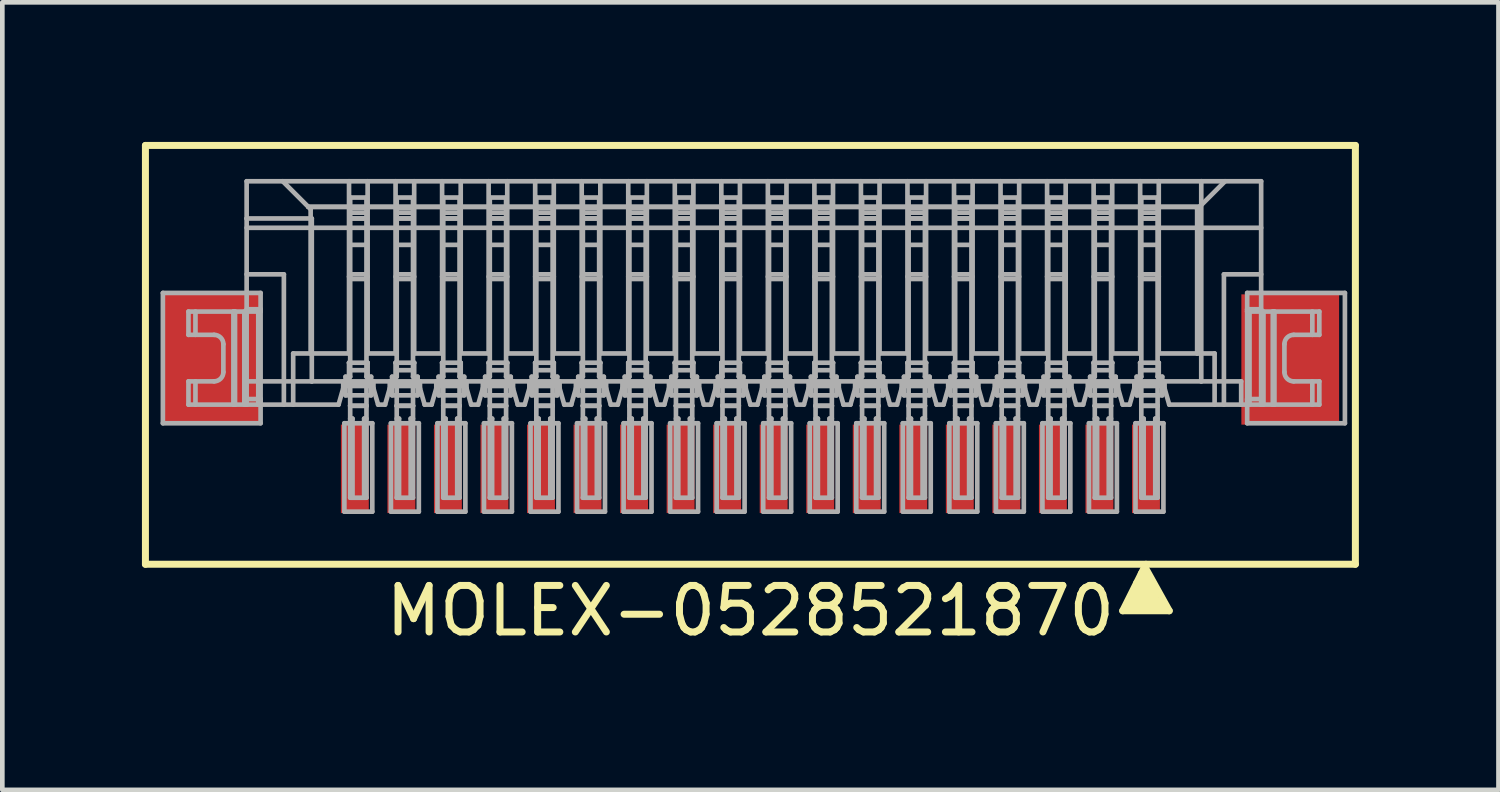
<source format=kicad_pcb>
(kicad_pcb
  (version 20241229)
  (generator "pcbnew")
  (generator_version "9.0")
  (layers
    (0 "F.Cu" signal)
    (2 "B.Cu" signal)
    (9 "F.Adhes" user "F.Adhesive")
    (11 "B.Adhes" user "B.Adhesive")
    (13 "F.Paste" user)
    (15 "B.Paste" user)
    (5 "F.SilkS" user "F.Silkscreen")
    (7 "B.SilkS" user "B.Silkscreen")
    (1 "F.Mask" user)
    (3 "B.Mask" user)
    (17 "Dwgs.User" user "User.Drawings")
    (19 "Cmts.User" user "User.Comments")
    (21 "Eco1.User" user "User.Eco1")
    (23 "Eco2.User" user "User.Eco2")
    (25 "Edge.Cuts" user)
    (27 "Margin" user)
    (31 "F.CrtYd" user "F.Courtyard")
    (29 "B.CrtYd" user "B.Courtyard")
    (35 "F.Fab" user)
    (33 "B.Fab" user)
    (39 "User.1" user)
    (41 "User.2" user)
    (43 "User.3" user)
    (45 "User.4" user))
  (footprint "MOLEX-0528521870"
    (layer "F.Cu")
    (at 13.075 6.075)
    (property "Reference" "MOLEX-0528521870" (at 0 4 0) (layer "F.SilkS") (effects (font (size 1 1) (thickness 0.15))))
    (attr through_hole)
    (fp_line (start -13 -6) (end -13 3) (stroke (width 0.15) (type solid)) (layer "F.SilkS"))
    (fp_line (start -13 3) (end 13 3) (stroke (width 0.15) (type solid)) (layer "F.SilkS"))
    (fp_line (start 8 4) (end 9 4) (stroke (width 0.15) (type solid)) (layer "F.SilkS"))
    (fp_line (start 8.2 3.7) (end 8.7 3.7) (stroke (width 0.15) (type solid)) (layer "F.SilkS"))
    (fp_line (start 8.2 3.8) (end 8.8 3.8) (stroke (width 0.15) (type solid)) (layer "F.SilkS"))
    (fp_line (start 8.3 3.4) (end 8.6 3.4) (stroke (width 0.15) (type solid)) (layer "F.SilkS"))
    (fp_line (start 8.3 3.5) (end 8.7 3.5) (stroke (width 0.15) (type solid)) (layer "F.SilkS"))
    (fp_line (start 8.3 3.6) (end 8.7 3.6) (stroke (width 0.15) (type solid)) (layer "F.SilkS"))
    (fp_line (start 8.4 3.2) (end 8.5 3.2) (stroke (width 0.15) (type solid)) (layer "F.SilkS"))
    (fp_line (start 8.4 3.3) (end 8.6 3.3) (stroke (width 0.15) (type solid)) (layer "F.SilkS"))
    (fp_line (start 8.5 3) (end 8 4) (stroke (width 0.15) (type solid)) (layer "F.SilkS"))
    (fp_line (start 8.9 3.9) (end 8.1 3.9) (stroke (width 0.15) (type solid)) (layer "F.SilkS"))
    (fp_line (start 9 4) (end 8.5 3.1) (stroke (width 0.15) (type solid)) (layer "F.SilkS"))
    (fp_line (start 13 -6) (end -13 -6) (stroke (width 0.15) (type solid)) (layer "F.SilkS"))
    (fp_line (start 13 3) (end 13 -6) (stroke (width 0.15) (type solid)) (layer "F.SilkS"))
    (fp_line (start -12.625 -2.83) (end -12.625 -0.03) (stroke (width 0.1) (type solid)) (layer "F.Fab"))
    (fp_line (start -12.625 -0.03) (end -10.525 -0.03) (stroke (width 0.1) (type solid)) (layer "F.Fab"))
    (fp_line (start -12.075 -2.43) (end -11.105 -2.43) (stroke (width 0.1) (type solid)) (layer "F.Fab"))
    (fp_line (start -12.075 -1.93) (end -12.075 -2.43) (stroke (width 0.1) (type solid)) (layer "F.Fab"))
    (fp_line (start -12.075 -1.93) (end -11.525 -1.93) (stroke (width 0.1) (type solid)) (layer "F.Fab"))
    (fp_line (start -12.075 -0.93) (end -11.525 -0.93) (stroke (width 0.1) (type solid)) (layer "F.Fab"))
    (fp_line (start -12.075 -0.43) (end -12.075 -0.93) (stroke (width 0.1) (type solid)) (layer "F.Fab"))
    (fp_line (start -12.075 -0.43) (end -11.105 -0.43) (stroke (width 0.1) (type solid)) (layer "F.Fab"))
    (fp_line (start -11.925 -1.93) (end -11.925 -2.43) (stroke (width 0.1) (type solid)) (layer "F.Fab"))
    (fp_line (start -11.925 -0.43) (end -11.925 -0.93) (stroke (width 0.1) (type solid)) (layer "F.Fab"))
    (fp_line (start -11.325 -1.13) (end -11.325 -1.73) (stroke (width 0.1) (type solid)) (layer "F.Fab"))
    (fp_line (start -11.105 -0.43) (end -11.105 -2.43) (stroke (width 0.1) (type solid)) (layer "F.Fab"))
    (fp_line (start -11.105 -0.43) (end -11.105 -2.43) (stroke (width 0.1) (type solid)) (layer "F.Fab"))
    (fp_line (start -11.075 -2.43) (end -11.105 -2.43) (stroke (width 0.1) (type solid)) (layer "F.Fab"))
    (fp_line (start -11.075 -2.43) (end -10.845 -2.43) (stroke (width 0.1) (type solid)) (layer "F.Fab"))
    (fp_line (start -11.075 -0.43) (end -11.105 -0.43) (stroke (width 0.1) (type solid)) (layer "F.Fab"))
    (fp_line (start -11.075 -0.43) (end -11.075 -2.43) (stroke (width 0.1) (type solid)) (layer "F.Fab"))
    (fp_line (start -11.075 -0.43) (end -10.845 -0.43) (stroke (width 0.1) (type solid)) (layer "F.Fab"))
    (fp_line (start -10.875 -0.43) (end -10.875 -2.43) (stroke (width 0.1) (type solid)) (layer "F.Fab"))
    (fp_line (start -10.845 -2.43) (end -10.825 -2.43) (stroke (width 0.1) (type solid)) (layer "F.Fab"))
    (fp_line (start -10.845 -0.43) (end -10.845 -2.43) (stroke (width 0.1) (type solid)) (layer "F.Fab"))
    (fp_line (start -10.845 -0.43) (end -10.845 -2.43) (stroke (width 0.1) (type solid)) (layer "F.Fab"))
    (fp_line (start -10.845 -0.43) (end -10.825 -0.43) (stroke (width 0.1) (type solid)) (layer "F.Fab"))
    (fp_line (start -10.825 -4.43) (end -10.825 -5.23) (stroke (width 0.1) (type solid)) (layer "F.Fab"))
    (fp_line (start -10.825 -4.43) (end -9.425 -4.43) (stroke (width 0.1) (type solid)) (layer "F.Fab"))
    (fp_line (start -10.825 -0.93) (end -10.825 -4.43) (stroke (width 0.1) (type solid)) (layer "F.Fab"))
    (fp_line (start -10.825 -0.55) (end -10.525 -0.55) (stroke (width 0.1) (type solid)) (layer "F.Fab"))
    (fp_line (start -10.825 -0.43) (end -10.825 -0.93) (stroke (width 0.1) (type solid)) (layer "F.Fab"))
    (fp_line (start -10.825 -0.43) (end -8.85 -0.43) (stroke (width 0.1) (type solid)) (layer "F.Fab"))
    (fp_line (start -10.575 -2.43) (end -10.575 -2.48) (stroke (width 0.1) (type solid)) (layer "F.Fab"))
    (fp_line (start -10.575 -0.43) (end -10.575 -2.43) (stroke (width 0.1) (type solid)) (layer "F.Fab"))
    (fp_line (start -10.525 -2.83) (end -12.625 -2.83) (stroke (width 0.1) (type solid)) (layer "F.Fab"))
    (fp_line (start -10.525 -2.48) (end -10.825 -2.48) (stroke (width 0.1) (type solid)) (layer "F.Fab"))
    (fp_line (start -10.525 -2.43) (end -10.825 -2.43) (stroke (width 0.1) (type solid)) (layer "F.Fab"))
    (fp_line (start -10.525 -2.43) (end -10.525 -2.48) (stroke (width 0.1) (type solid)) (layer "F.Fab"))
    (fp_line (start -10.525 -0.43) (end -10.525 -0.55) (stroke (width 0.1) (type solid)) (layer "F.Fab"))
    (fp_line (start -10.525 -0.03) (end -10.525 -2.83) (stroke (width 0.1) (type solid)) (layer "F.Fab"))
    (fp_line (start -10.05 -5.23) (end -9.5 -4.68) (stroke (width 0.1) (type solid)) (layer "F.Fab"))
    (fp_line (start -10.025 -3.23) (end -10.825 -3.23) (stroke (width 0.1) (type solid)) (layer "F.Fab"))
    (fp_line (start -10.025 -0.43) (end -10.025 -3.23) (stroke (width 0.1) (type solid)) (layer "F.Fab"))
    (fp_line (start -9.825 -1.53) (end -9.45 -1.53) (stroke (width 0.1) (type solid)) (layer "F.Fab"))
    (fp_line (start -9.825 -0.43) (end -9.825 -1.53) (stroke (width 0.1) (type solid)) (layer "F.Fab"))
    (fp_line (start -9.5 -4.68) (end -9.45 -4.63) (stroke (width 0.1) (type solid)) (layer "F.Fab"))
    (fp_line (start -9.5 -4.68) (end -8.625 -4.68) (stroke (width 0.1) (type solid)) (layer "F.Fab"))
    (fp_line (start -9.5 -4.68) (end 9.65 -4.68) (stroke (width 0.1) (type solid)) (layer "F.Fab"))
    (fp_line (start -9.45 -1.53) (end -9.45 -4.63) (stroke (width 0.1) (type solid)) (layer "F.Fab"))
    (fp_line (start -9.45 -1.53) (end -8.625 -1.53) (stroke (width 0.1) (type solid)) (layer "F.Fab"))
    (fp_line (start -9.425 -0.93) (end -10.825 -0.93) (stroke (width 0.1) (type solid)) (layer "F.Fab"))
    (fp_line (start -9.425 -0.93) (end -9.425 -4.43) (stroke (width 0.1) (type solid)) (layer "F.Fab"))
    (fp_line (start -8.75 -0.93) (end -8.75 -0.78) (stroke (width 0.1) (type solid)) (layer "F.Fab"))
    (fp_line (start -8.75 -0.78) (end -8.85 -0.43) (stroke (width 0.1) (type solid)) (layer "F.Fab"))
    (fp_line (start -8.725 -0.03) (end -8.725 1.87) (stroke (width 0.1) (type solid)) (layer "F.Fab"))
    (fp_line (start -8.725 1.87) (end -8.125 1.87) (stroke (width 0.1) (type solid)) (layer "F.Fab"))
    (fp_line (start -8.7 -0.93) (end -8.7 -1.03) (stroke (width 0.1) (type solid)) (layer "F.Fab"))
    (fp_line (start -8.7 -0.855) (end -8.7 -0.93) (stroke (width 0.1) (type solid)) (layer "F.Fab"))
    (fp_line (start -8.7 -0.63) (end -8.7 -0.855) (stroke (width 0.1) (type solid)) (layer "F.Fab"))
    (fp_line (start -8.625 -5.23) (end -8.625 -4.68) (stroke (width 0.1) (type solid)) (layer "F.Fab"))
    (fp_line (start -8.625 -4.68) (end -8.625 -1.53) (stroke (width 0.1) (type solid)) (layer "F.Fab"))
    (fp_line (start -8.625 -3.18) (end -8.6 -3.18) (stroke (width 0.1) (type solid)) (layer "F.Fab"))
    (fp_line (start -8.625 -0.93) (end -8.625 -1.33) (stroke (width 0.1) (type solid)) (layer "F.Fab"))
    (fp_line (start -8.6 -4.88) (end -8.6 -4.655) (stroke (width 0.1) (type solid)) (layer "F.Fab"))
    (fp_line (start -8.6 -4.68) (end -8.25 -4.68) (stroke (width 0.1) (type solid)) (layer "F.Fab"))
    (fp_line (start -8.6 -3.23) (end -8.6 -4.655) (stroke (width 0.1) (type solid)) (layer "F.Fab"))
    (fp_line (start -8.6 -3.13) (end -8.6 -3.23) (stroke (width 0.1) (type solid)) (layer "F.Fab"))
    (fp_line (start -8.6 -1.33) (end -8.625 -1.33) (stroke (width 0.1) (type solid)) (layer "F.Fab"))
    (fp_line (start -8.6 -1.03) (end -8.7 -1.03) (stroke (width 0.1) (type solid)) (layer "F.Fab"))
    (fp_line (start -8.6 -1.03) (end -8.6 -3.13) (stroke (width 0.1) (type solid)) (layer "F.Fab"))
    (fp_line (start -8.6 -0.83) (end -8.6 -0.63) (stroke (width 0.1) (type solid)) (layer "F.Fab"))
    (fp_line (start -8.6 -0.63) (end -8.6 -0.405) (stroke (width 0.1) (type solid)) (layer "F.Fab"))
    (fp_line (start -8.6 1.57) (end -8.6 -0.405) (stroke (width 0.1) (type solid)) (layer "F.Fab"))
    (fp_line (start -8.55 -0.13) (end -8.6 -0.13) (stroke (width 0.1) (type solid)) (layer "F.Fab"))
    (fp_line (start -8.55 1.57) (end -8.55 -0.13) (stroke (width 0.1) (type solid)) (layer "F.Fab"))
    (fp_line (start -8.3 1.57) (end -8.3 -0.13) (stroke (width 0.1) (type solid)) (layer "F.Fab"))
    (fp_line (start -8.25 -4.88) (end -8.6 -4.88) (stroke (width 0.1) (type solid)) (layer "F.Fab"))
    (fp_line (start -8.25 -4.88) (end -8.25 -4.655) (stroke (width 0.1) (type solid)) (layer "F.Fab"))
    (fp_line (start -8.25 -4.655) (end -8.6 -4.655) (stroke (width 0.1) (type solid)) (layer "F.Fab"))
    (fp_line (start -8.25 -4.555) (end -8.6 -4.555) (stroke (width 0.1) (type solid)) (layer "F.Fab"))
    (fp_line (start -8.25 -4.43) (end -8.6 -4.43) (stroke (width 0.1) (type solid)) (layer "F.Fab"))
    (fp_line (start -8.25 -4.43) (end -8.6 -4.43) (stroke (width 0.1) (type solid)) (layer "F.Fab"))
    (fp_line (start -8.25 -3.863) (end -8.6 -3.863) (stroke (width 0.1) (type solid)) (layer "F.Fab"))
    (fp_line (start -8.25 -3.23) (end -8.6 -3.23) (stroke (width 0.1) (type solid)) (layer "F.Fab"))
    (fp_line (start -8.25 -3.23) (end -8.25 -4.655) (stroke (width 0.1) (type solid)) (layer "F.Fab"))
    (fp_line (start -8.25 -3.18) (end -8.225 -3.18) (stroke (width 0.1) (type solid)) (layer "F.Fab"))
    (fp_line (start -8.25 -3.13) (end -8.6 -3.13) (stroke (width 0.1) (type solid)) (layer "F.Fab"))
    (fp_line (start -8.25 -3.13) (end -8.25 -3.23) (stroke (width 0.1) (type solid)) (layer "F.Fab"))
    (fp_line (start -8.25 -1.17) (end -8.6 -1.17) (stroke (width 0.1) (type solid)) (layer "F.Fab"))
    (fp_line (start -8.25 -1.03) (end -8.25 -3.13) (stroke (width 0.1) (type solid)) (layer "F.Fab"))
    (fp_line (start -8.25 -0.83) (end -8.25 -0.63) (stroke (width 0.1) (type solid)) (layer "F.Fab"))
    (fp_line (start -8.25 -0.63) (end -8.25 -0.405) (stroke (width 0.1) (type solid)) (layer "F.Fab"))
    (fp_line (start -8.25 -0.405) (end -8.6 -0.405) (stroke (width 0.1) (type solid)) (layer "F.Fab"))
    (fp_line (start -8.25 -0.405) (end -8.6 -0.405) (stroke (width 0.1) (type solid)) (layer "F.Fab"))
    (fp_line (start -8.25 -0.13) (end -8.3 -0.13) (stroke (width 0.1) (type solid)) (layer "F.Fab"))
    (fp_line (start -8.25 1.57) (end -8.6 1.57) (stroke (width 0.1) (type solid)) (layer "F.Fab"))
    (fp_line (start -8.25 1.57) (end -8.25 -0.405) (stroke (width 0.1) (type solid)) (layer "F.Fab"))
    (fp_line (start -8.225 -5.23) (end -8.225 -4.68) (stroke (width 0.1) (type solid)) (layer "F.Fab"))
    (fp_line (start -8.225 -4.68) (end -8.225 -1.53) (stroke (width 0.1) (type solid)) (layer "F.Fab"))
    (fp_line (start -8.225 -4.68) (end -7.625 -4.68) (stroke (width 0.1) (type solid)) (layer "F.Fab"))
    (fp_line (start -8.225 -1.53) (end -7.625 -1.53) (stroke (width 0.1) (type solid)) (layer "F.Fab"))
    (fp_line (start -8.225 -1.33) (end -8.625 -1.33) (stroke (width 0.1) (type solid)) (layer "F.Fab"))
    (fp_line (start -8.225 -1.33) (end -8.25 -1.33) (stroke (width 0.1) (type solid)) (layer "F.Fab"))
    (fp_line (start -8.225 -0.93) (end -8.225 -1.33) (stroke (width 0.1) (type solid)) (layer "F.Fab"))
    (fp_line (start -8.15 -1.03) (end -8.25 -1.03) (stroke (width 0.1) (type solid)) (layer "F.Fab"))
    (fp_line (start -8.15 -0.93) (end -8.15 -1.03) (stroke (width 0.1) (type solid)) (layer "F.Fab"))
    (fp_line (start -8.15 -0.855) (end -8.7 -0.855) (stroke (width 0.1) (type solid)) (layer "F.Fab"))
    (fp_line (start -8.15 -0.855) (end -8.7 -0.855) (stroke (width 0.1) (type solid)) (layer "F.Fab"))
    (fp_line (start -8.15 -0.855) (end -8.15 -0.93) (stroke (width 0.1) (type solid)) (layer "F.Fab"))
    (fp_line (start -8.15 -0.83) (end -8.7 -0.83) (stroke (width 0.1) (type solid)) (layer "F.Fab"))
    (fp_line (start -8.15 -0.63) (end -8.7 -0.63) (stroke (width 0.1) (type solid)) (layer "F.Fab"))
    (fp_line (start -8.15 -0.63) (end -8.15 -0.855) (stroke (width 0.1) (type solid)) (layer "F.Fab"))
    (fp_line (start -8.125 -0.03) (end -8.725 -0.03) (stroke (width 0.1) (type solid)) (layer "F.Fab"))
    (fp_line (start -8.125 1.87) (end -8.125 -0.03) (stroke (width 0.1) (type solid)) (layer "F.Fab"))
    (fp_line (start -8.1 -0.93) (end -8.1 -0.78) (stroke (width 0.1) (type solid)) (layer "F.Fab"))
    (fp_line (start -8 -0.43) (end -8.1 -0.78) (stroke (width 0.1) (type solid)) (layer "F.Fab"))
    (fp_line (start -8 -0.43) (end -7.85 -0.43) (stroke (width 0.1) (type solid)) (layer "F.Fab"))
    (fp_line (start -7.75 -0.93) (end -7.75 -0.78) (stroke (width 0.1) (type solid)) (layer "F.Fab"))
    (fp_line (start -7.75 -0.78) (end -7.85 -0.43) (stroke (width 0.1) (type solid)) (layer "F.Fab"))
    (fp_line (start -7.725 -0.03) (end -7.725 1.87) (stroke (width 0.1) (type solid)) (layer "F.Fab"))
    (fp_line (start -7.725 1.87) (end -7.125 1.87) (stroke (width 0.1) (type solid)) (layer "F.Fab"))
    (fp_line (start -7.7 -0.93) (end -7.7 -1.03) (stroke (width 0.1) (type solid)) (layer "F.Fab"))
    (fp_line (start -7.7 -0.855) (end -7.7 -0.93) (stroke (width 0.1) (type solid)) (layer "F.Fab"))
    (fp_line (start -7.7 -0.63) (end -7.7 -0.855) (stroke (width 0.1) (type solid)) (layer "F.Fab"))
    (fp_line (start -7.625 -5.23) (end -7.625 -4.68) (stroke (width 0.1) (type solid)) (layer "F.Fab"))
    (fp_line (start -7.625 -4.68) (end -7.625 -1.53) (stroke (width 0.1) (type solid)) (layer "F.Fab"))
    (fp_line (start -7.625 -3.18) (end -7.6 -3.18) (stroke (width 0.1) (type solid)) (layer "F.Fab"))
    (fp_line (start -7.625 -0.93) (end -7.625 -1.33) (stroke (width 0.1) (type solid)) (layer "F.Fab"))
    (fp_line (start -7.6 -4.88) (end -7.6 -4.655) (stroke (width 0.1) (type solid)) (layer "F.Fab"))
    (fp_line (start -7.6 -4.68) (end -7.25 -4.68) (stroke (width 0.1) (type solid)) (layer "F.Fab"))
    (fp_line (start -7.6 -3.23) (end -7.6 -4.655) (stroke (width 0.1) (type solid)) (layer "F.Fab"))
    (fp_line (start -7.6 -3.13) (end -7.6 -3.23) (stroke (width 0.1) (type solid)) (layer "F.Fab"))
    (fp_line (start -7.6 -1.33) (end -7.625 -1.33) (stroke (width 0.1) (type solid)) (layer "F.Fab"))
    (fp_line (start -7.6 -1.03) (end -7.7 -1.03) (stroke (width 0.1) (type solid)) (layer "F.Fab"))
    (fp_line (start -7.6 -1.03) (end -7.6 -3.13) (stroke (width 0.1) (type solid)) (layer "F.Fab"))
    (fp_line (start -7.6 -0.83) (end -7.6 -0.63) (stroke (width 0.1) (type solid)) (layer "F.Fab"))
    (fp_line (start -7.6 -0.63) (end -7.6 -0.405) (stroke (width 0.1) (type solid)) (layer "F.Fab"))
    (fp_line (start -7.6 1.57) (end -7.6 -0.405) (stroke (width 0.1) (type solid)) (layer "F.Fab"))
    (fp_line (start -7.55 -0.13) (end -7.6 -0.13) (stroke (width 0.1) (type solid)) (layer "F.Fab"))
    (fp_line (start -7.55 1.57) (end -7.55 -0.13) (stroke (width 0.1) (type solid)) (layer "F.Fab"))
    (fp_line (start -7.3 1.57) (end -7.3 -0.13) (stroke (width 0.1) (type solid)) (layer "F.Fab"))
    (fp_line (start -7.25 -4.88) (end -7.6 -4.88) (stroke (width 0.1) (type solid)) (layer "F.Fab"))
    (fp_line (start -7.25 -4.88) (end -7.25 -4.655) (stroke (width 0.1) (type solid)) (layer "F.Fab"))
    (fp_line (start -7.25 -4.655) (end -7.6 -4.655) (stroke (width 0.1) (type solid)) (layer "F.Fab"))
    (fp_line (start -7.25 -4.555) (end -7.6 -4.555) (stroke (width 0.1) (type solid)) (layer "F.Fab"))
    (fp_line (start -7.25 -4.43) (end -7.6 -4.43) (stroke (width 0.1) (type solid)) (layer "F.Fab"))
    (fp_line (start -7.25 -4.43) (end -7.6 -4.43) (stroke (width 0.1) (type solid)) (layer "F.Fab"))
    (fp_line (start -7.25 -3.863) (end -7.6 -3.863) (stroke (width 0.1) (type solid)) (layer "F.Fab"))
    (fp_line (start -7.25 -3.23) (end -7.6 -3.23) (stroke (width 0.1) (type solid)) (layer "F.Fab"))
    (fp_line (start -7.25 -3.23) (end -7.25 -4.655) (stroke (width 0.1) (type solid)) (layer "F.Fab"))
    (fp_line (start -7.25 -3.18) (end -7.225 -3.18) (stroke (width 0.1) (type solid)) (layer "F.Fab"))
    (fp_line (start -7.25 -3.13) (end -7.6 -3.13) (stroke (width 0.1) (type solid)) (layer "F.Fab"))
    (fp_line (start -7.25 -3.13) (end -7.25 -3.23) (stroke (width 0.1) (type solid)) (layer "F.Fab"))
    (fp_line (start -7.25 -1.17) (end -7.6 -1.17) (stroke (width 0.1) (type solid)) (layer "F.Fab"))
    (fp_line (start -7.25 -1.03) (end -7.25 -3.13) (stroke (width 0.1) (type solid)) (layer "F.Fab"))
    (fp_line (start -7.25 -0.83) (end -7.25 -0.63) (stroke (width 0.1) (type solid)) (layer "F.Fab"))
    (fp_line (start -7.25 -0.63) (end -7.25 -0.405) (stroke (width 0.1) (type solid)) (layer "F.Fab"))
    (fp_line (start -7.25 -0.405) (end -7.6 -0.405) (stroke (width 0.1) (type solid)) (layer "F.Fab"))
    (fp_line (start -7.25 -0.405) (end -7.6 -0.405) (stroke (width 0.1) (type solid)) (layer "F.Fab"))
    (fp_line (start -7.25 -0.13) (end -7.3 -0.13) (stroke (width 0.1) (type solid)) (layer "F.Fab"))
    (fp_line (start -7.25 1.57) (end -7.6 1.57) (stroke (width 0.1) (type solid)) (layer "F.Fab"))
    (fp_line (start -7.25 1.57) (end -7.25 -0.405) (stroke (width 0.1) (type solid)) (layer "F.Fab"))
    (fp_line (start -7.225 -5.23) (end -7.225 -4.68) (stroke (width 0.1) (type solid)) (layer "F.Fab"))
    (fp_line (start -7.225 -4.68) (end -7.225 -1.53) (stroke (width 0.1) (type solid)) (layer "F.Fab"))
    (fp_line (start -7.225 -4.68) (end -6.625 -4.68) (stroke (width 0.1) (type solid)) (layer "F.Fab"))
    (fp_line (start -7.225 -1.53) (end -6.625 -1.53) (stroke (width 0.1) (type solid)) (layer "F.Fab"))
    (fp_line (start -7.225 -1.33) (end -7.625 -1.33) (stroke (width 0.1) (type solid)) (layer "F.Fab"))
    (fp_line (start -7.225 -1.33) (end -7.25 -1.33) (stroke (width 0.1) (type solid)) (layer "F.Fab"))
    (fp_line (start -7.225 -0.93) (end -7.225 -1.33) (stroke (width 0.1) (type solid)) (layer "F.Fab"))
    (fp_line (start -7.15 -1.03) (end -7.25 -1.03) (stroke (width 0.1) (type solid)) (layer "F.Fab"))
    (fp_line (start -7.15 -0.93) (end -7.15 -1.03) (stroke (width 0.1) (type solid)) (layer "F.Fab"))
    (fp_line (start -7.15 -0.855) (end -7.7 -0.855) (stroke (width 0.1) (type solid)) (layer "F.Fab"))
    (fp_line (start -7.15 -0.855) (end -7.7 -0.855) (stroke (width 0.1) (type solid)) (layer "F.Fab"))
    (fp_line (start -7.15 -0.855) (end -7.15 -0.93) (stroke (width 0.1) (type solid)) (layer "F.Fab"))
    (fp_line (start -7.15 -0.83) (end -7.7 -0.83) (stroke (width 0.1) (type solid)) (layer "F.Fab"))
    (fp_line (start -7.15 -0.63) (end -7.7 -0.63) (stroke (width 0.1) (type solid)) (layer "F.Fab"))
    (fp_line (start -7.15 -0.63) (end -7.15 -0.855) (stroke (width 0.1) (type solid)) (layer "F.Fab"))
    (fp_line (start -7.125 -0.03) (end -7.725 -0.03) (stroke (width 0.1) (type solid)) (layer "F.Fab"))
    (fp_line (start -7.125 1.87) (end -7.125 -0.03) (stroke (width 0.1) (type solid)) (layer "F.Fab"))
    (fp_line (start -7.1 -0.93) (end -7.1 -0.78) (stroke (width 0.1) (type solid)) (layer "F.Fab"))
    (fp_line (start -7 -0.43) (end -7.1 -0.78) (stroke (width 0.1) (type solid)) (layer "F.Fab"))
    (fp_line (start -7 -0.43) (end -6.85 -0.43) (stroke (width 0.1) (type solid)) (layer "F.Fab"))
    (fp_line (start -6.75 -0.93) (end -6.75 -0.78) (stroke (width 0.1) (type solid)) (layer "F.Fab"))
    (fp_line (start -6.75 -0.78) (end -6.85 -0.43) (stroke (width 0.1) (type solid)) (layer "F.Fab"))
    (fp_line (start -6.725 -0.03) (end -6.725 1.87) (stroke (width 0.1) (type solid)) (layer "F.Fab"))
    (fp_line (start -6.725 1.87) (end -6.125 1.87) (stroke (width 0.1) (type solid)) (layer "F.Fab"))
    (fp_line (start -6.7 -0.93) (end -6.7 -1.03) (stroke (width 0.1) (type solid)) (layer "F.Fab"))
    (fp_line (start -6.7 -0.855) (end -6.7 -0.93) (stroke (width 0.1) (type solid)) (layer "F.Fab"))
    (fp_line (start -6.7 -0.63) (end -6.7 -0.855) (stroke (width 0.1) (type solid)) (layer "F.Fab"))
    (fp_line (start -6.625 -5.23) (end -6.625 -4.68) (stroke (width 0.1) (type solid)) (layer "F.Fab"))
    (fp_line (start -6.625 -4.68) (end -6.625 -1.53) (stroke (width 0.1) (type solid)) (layer "F.Fab"))
    (fp_line (start -6.625 -3.18) (end -6.6 -3.18) (stroke (width 0.1) (type solid)) (layer "F.Fab"))
    (fp_line (start -6.625 -0.93) (end -6.625 -1.33) (stroke (width 0.1) (type solid)) (layer "F.Fab"))
    (fp_line (start -6.6 -4.88) (end -6.6 -4.655) (stroke (width 0.1) (type solid)) (layer "F.Fab"))
    (fp_line (start -6.6 -4.68) (end -6.25 -4.68) (stroke (width 0.1) (type solid)) (layer "F.Fab"))
    (fp_line (start -6.6 -3.23) (end -6.6 -4.655) (stroke (width 0.1) (type solid)) (layer "F.Fab"))
    (fp_line (start -6.6 -3.13) (end -6.6 -3.23) (stroke (width 0.1) (type solid)) (layer "F.Fab"))
    (fp_line (start -6.6 -1.33) (end -6.625 -1.33) (stroke (width 0.1) (type solid)) (layer "F.Fab"))
    (fp_line (start -6.6 -1.03) (end -6.7 -1.03) (stroke (width 0.1) (type solid)) (layer "F.Fab"))
    (fp_line (start -6.6 -1.03) (end -6.6 -3.13) (stroke (width 0.1) (type solid)) (layer "F.Fab"))
    (fp_line (start -6.6 -0.83) (end -6.6 -0.63) (stroke (width 0.1) (type solid)) (layer "F.Fab"))
    (fp_line (start -6.6 -0.63) (end -6.6 -0.405) (stroke (width 0.1) (type solid)) (layer "F.Fab"))
    (fp_line (start -6.6 1.57) (end -6.6 -0.405) (stroke (width 0.1) (type solid)) (layer "F.Fab"))
    (fp_line (start -6.55 -0.13) (end -6.6 -0.13) (stroke (width 0.1) (type solid)) (layer "F.Fab"))
    (fp_line (start -6.55 1.57) (end -6.55 -0.13) (stroke (width 0.1) (type solid)) (layer "F.Fab"))
    (fp_line (start -6.3 1.57) (end -6.3 -0.13) (stroke (width 0.1) (type solid)) (layer "F.Fab"))
    (fp_line (start -6.25 -4.88) (end -6.6 -4.88) (stroke (width 0.1) (type solid)) (layer "F.Fab"))
    (fp_line (start -6.25 -4.88) (end -6.25 -4.655) (stroke (width 0.1) (type solid)) (layer "F.Fab"))
    (fp_line (start -6.25 -4.655) (end -6.6 -4.655) (stroke (width 0.1) (type solid)) (layer "F.Fab"))
    (fp_line (start -6.25 -4.555) (end -6.6 -4.555) (stroke (width 0.1) (type solid)) (layer "F.Fab"))
    (fp_line (start -6.25 -4.43) (end -6.6 -4.43) (stroke (width 0.1) (type solid)) (layer "F.Fab"))
    (fp_line (start -6.25 -4.43) (end -6.6 -4.43) (stroke (width 0.1) (type solid)) (layer "F.Fab"))
    (fp_line (start -6.25 -3.863) (end -6.6 -3.863) (stroke (width 0.1) (type solid)) (layer "F.Fab"))
    (fp_line (start -6.25 -3.23) (end -6.6 -3.23) (stroke (width 0.1) (type solid)) (layer "F.Fab"))
    (fp_line (start -6.25 -3.23) (end -6.25 -4.655) (stroke (width 0.1) (type solid)) (layer "F.Fab"))
    (fp_line (start -6.25 -3.18) (end -6.225 -3.18) (stroke (width 0.1) (type solid)) (layer "F.Fab"))
    (fp_line (start -6.25 -3.13) (end -6.6 -3.13) (stroke (width 0.1) (type solid)) (layer "F.Fab"))
    (fp_line (start -6.25 -3.13) (end -6.25 -3.23) (stroke (width 0.1) (type solid)) (layer "F.Fab"))
    (fp_line (start -6.25 -1.17) (end -6.6 -1.17) (stroke (width 0.1) (type solid)) (layer "F.Fab"))
    (fp_line (start -6.25 -1.03) (end -6.25 -3.13) (stroke (width 0.1) (type solid)) (layer "F.Fab"))
    (fp_line (start -6.25 -0.83) (end -6.25 -0.63) (stroke (width 0.1) (type solid)) (layer "F.Fab"))
    (fp_line (start -6.25 -0.63) (end -6.25 -0.405) (stroke (width 0.1) (type solid)) (layer "F.Fab"))
    (fp_line (start -6.25 -0.405) (end -6.6 -0.405) (stroke (width 0.1) (type solid)) (layer "F.Fab"))
    (fp_line (start -6.25 -0.405) (end -6.6 -0.405) (stroke (width 0.1) (type solid)) (layer "F.Fab"))
    (fp_line (start -6.25 -0.13) (end -6.3 -0.13) (stroke (width 0.1) (type solid)) (layer "F.Fab"))
    (fp_line (start -6.25 1.57) (end -6.6 1.57) (stroke (width 0.1) (type solid)) (layer "F.Fab"))
    (fp_line (start -6.25 1.57) (end -6.25 -0.405) (stroke (width 0.1) (type solid)) (layer "F.Fab"))
    (fp_line (start -6.225 -5.23) (end -6.225 -4.68) (stroke (width 0.1) (type solid)) (layer "F.Fab"))
    (fp_line (start -6.225 -4.68) (end -6.225 -1.53) (stroke (width 0.1) (type solid)) (layer "F.Fab"))
    (fp_line (start -6.225 -4.68) (end -5.625 -4.68) (stroke (width 0.1) (type solid)) (layer "F.Fab"))
    (fp_line (start -6.225 -1.53) (end -5.625 -1.53) (stroke (width 0.1) (type solid)) (layer "F.Fab"))
    (fp_line (start -6.225 -1.33) (end -6.625 -1.33) (stroke (width 0.1) (type solid)) (layer "F.Fab"))
    (fp_line (start -6.225 -1.33) (end -6.25 -1.33) (stroke (width 0.1) (type solid)) (layer "F.Fab"))
    (fp_line (start -6.225 -0.93) (end -6.225 -1.33) (stroke (width 0.1) (type solid)) (layer "F.Fab"))
    (fp_line (start -6.15 -1.03) (end -6.25 -1.03) (stroke (width 0.1) (type solid)) (layer "F.Fab"))
    (fp_line (start -6.15 -0.93) (end -6.15 -1.03) (stroke (width 0.1) (type solid)) (layer "F.Fab"))
    (fp_line (start -6.15 -0.855) (end -6.7 -0.855) (stroke (width 0.1) (type solid)) (layer "F.Fab"))
    (fp_line (start -6.15 -0.855) (end -6.7 -0.855) (stroke (width 0.1) (type solid)) (layer "F.Fab"))
    (fp_line (start -6.15 -0.855) (end -6.15 -0.93) (stroke (width 0.1) (type solid)) (layer "F.Fab"))
    (fp_line (start -6.15 -0.83) (end -6.7 -0.83) (stroke (width 0.1) (type solid)) (layer "F.Fab"))
    (fp_line (start -6.15 -0.63) (end -6.7 -0.63) (stroke (width 0.1) (type solid)) (layer "F.Fab"))
    (fp_line (start -6.15 -0.63) (end -6.15 -0.855) (stroke (width 0.1) (type solid)) (layer "F.Fab"))
    (fp_line (start -6.125 -0.03) (end -6.725 -0.03) (stroke (width 0.1) (type solid)) (layer "F.Fab"))
    (fp_line (start -6.125 1.87) (end -6.125 -0.03) (stroke (width 0.1) (type solid)) (layer "F.Fab"))
    (fp_line (start -6.1 -0.93) (end -6.1 -0.78) (stroke (width 0.1) (type solid)) (layer "F.Fab"))
    (fp_line (start -6 -0.43) (end -6.1 -0.78) (stroke (width 0.1) (type solid)) (layer "F.Fab"))
    (fp_line (start -6 -0.43) (end -5.85 -0.43) (stroke (width 0.1) (type solid)) (layer "F.Fab"))
    (fp_line (start -5.75 -0.93) (end -5.75 -0.78) (stroke (width 0.1) (type solid)) (layer "F.Fab"))
    (fp_line (start -5.75 -0.78) (end -5.85 -0.43) (stroke (width 0.1) (type solid)) (layer "F.Fab"))
    (fp_line (start -5.725 -0.03) (end -5.725 1.87) (stroke (width 0.1) (type solid)) (layer "F.Fab"))
    (fp_line (start -5.725 1.87) (end -5.125 1.87) (stroke (width 0.1) (type solid)) (layer "F.Fab"))
    (fp_line (start -5.7 -0.93) (end -5.7 -1.03) (stroke (width 0.1) (type solid)) (layer "F.Fab"))
    (fp_line (start -5.7 -0.855) (end -5.7 -0.93) (stroke (width 0.1) (type solid)) (layer "F.Fab"))
    (fp_line (start -5.7 -0.63) (end -5.7 -0.855) (stroke (width 0.1) (type solid)) (layer "F.Fab"))
    (fp_line (start -5.625 -5.23) (end -5.625 -4.68) (stroke (width 0.1) (type solid)) (layer "F.Fab"))
    (fp_line (start -5.625 -4.68) (end -5.625 -1.53) (stroke (width 0.1) (type solid)) (layer "F.Fab"))
    (fp_line (start -5.625 -3.18) (end -5.6 -3.18) (stroke (width 0.1) (type solid)) (layer "F.Fab"))
    (fp_line (start -5.625 -0.93) (end -5.625 -1.33) (stroke (width 0.1) (type solid)) (layer "F.Fab"))
    (fp_line (start -5.6 -4.88) (end -5.6 -4.655) (stroke (width 0.1) (type solid)) (layer "F.Fab"))
    (fp_line (start -5.6 -4.68) (end -5.25 -4.68) (stroke (width 0.1) (type solid)) (layer "F.Fab"))
    (fp_line (start -5.6 -3.23) (end -5.6 -4.655) (stroke (width 0.1) (type solid)) (layer "F.Fab"))
    (fp_line (start -5.6 -3.13) (end -5.6 -3.23) (stroke (width 0.1) (type solid)) (layer "F.Fab"))
    (fp_line (start -5.6 -1.33) (end -5.625 -1.33) (stroke (width 0.1) (type solid)) (layer "F.Fab"))
    (fp_line (start -5.6 -1.03) (end -5.7 -1.03) (stroke (width 0.1) (type solid)) (layer "F.Fab"))
    (fp_line (start -5.6 -1.03) (end -5.6 -3.13) (stroke (width 0.1) (type solid)) (layer "F.Fab"))
    (fp_line (start -5.6 -0.83) (end -5.6 -0.63) (stroke (width 0.1) (type solid)) (layer "F.Fab"))
    (fp_line (start -5.6 -0.63) (end -5.6 -0.405) (stroke (width 0.1) (type solid)) (layer "F.Fab"))
    (fp_line (start -5.6 1.57) (end -5.6 -0.405) (stroke (width 0.1) (type solid)) (layer "F.Fab"))
    (fp_line (start -5.55 -0.13) (end -5.6 -0.13) (stroke (width 0.1) (type solid)) (layer "F.Fab"))
    (fp_line (start -5.55 1.57) (end -5.55 -0.13) (stroke (width 0.1) (type solid)) (layer "F.Fab"))
    (fp_line (start -5.3 1.57) (end -5.3 -0.13) (stroke (width 0.1) (type solid)) (layer "F.Fab"))
    (fp_line (start -5.25 -4.88) (end -5.6 -4.88) (stroke (width 0.1) (type solid)) (layer "F.Fab"))
    (fp_line (start -5.25 -4.88) (end -5.25 -4.655) (stroke (width 0.1) (type solid)) (layer "F.Fab"))
    (fp_line (start -5.25 -4.655) (end -5.6 -4.655) (stroke (width 0.1) (type solid)) (layer "F.Fab"))
    (fp_line (start -5.25 -4.555) (end -5.6 -4.555) (stroke (width 0.1) (type solid)) (layer "F.Fab"))
    (fp_line (start -5.25 -4.43) (end -5.6 -4.43) (stroke (width 0.1) (type solid)) (layer "F.Fab"))
    (fp_line (start -5.25 -4.43) (end -5.6 -4.43) (stroke (width 0.1) (type solid)) (layer "F.Fab"))
    (fp_line (start -5.25 -3.863) (end -5.6 -3.863) (stroke (width 0.1) (type solid)) (layer "F.Fab"))
    (fp_line (start -5.25 -3.23) (end -5.6 -3.23) (stroke (width 0.1) (type solid)) (layer "F.Fab"))
    (fp_line (start -5.25 -3.23) (end -5.25 -4.655) (stroke (width 0.1) (type solid)) (layer "F.Fab"))
    (fp_line (start -5.25 -3.18) (end -5.225 -3.18) (stroke (width 0.1) (type solid)) (layer "F.Fab"))
    (fp_line (start -5.25 -3.13) (end -5.6 -3.13) (stroke (width 0.1) (type solid)) (layer "F.Fab"))
    (fp_line (start -5.25 -3.13) (end -5.25 -3.23) (stroke (width 0.1) (type solid)) (layer "F.Fab"))
    (fp_line (start -5.25 -1.17) (end -5.6 -1.17) (stroke (width 0.1) (type solid)) (layer "F.Fab"))
    (fp_line (start -5.25 -1.03) (end -5.25 -3.13) (stroke (width 0.1) (type solid)) (layer "F.Fab"))
    (fp_line (start -5.25 -0.83) (end -5.25 -0.63) (stroke (width 0.1) (type solid)) (layer "F.Fab"))
    (fp_line (start -5.25 -0.63) (end -5.25 -0.405) (stroke (width 0.1) (type solid)) (layer "F.Fab"))
    (fp_line (start -5.25 -0.405) (end -5.6 -0.405) (stroke (width 0.1) (type solid)) (layer "F.Fab"))
    (fp_line (start -5.25 -0.405) (end -5.6 -0.405) (stroke (width 0.1) (type solid)) (layer "F.Fab"))
    (fp_line (start -5.25 -0.13) (end -5.3 -0.13) (stroke (width 0.1) (type solid)) (layer "F.Fab"))
    (fp_line (start -5.25 1.57) (end -5.6 1.57) (stroke (width 0.1) (type solid)) (layer "F.Fab"))
    (fp_line (start -5.25 1.57) (end -5.25 -0.405) (stroke (width 0.1) (type solid)) (layer "F.Fab"))
    (fp_line (start -5.225 -5.23) (end -5.225 -4.68) (stroke (width 0.1) (type solid)) (layer "F.Fab"))
    (fp_line (start -5.225 -4.68) (end -5.225 -1.53) (stroke (width 0.1) (type solid)) (layer "F.Fab"))
    (fp_line (start -5.225 -4.68) (end -4.625 -4.68) (stroke (width 0.1) (type solid)) (layer "F.Fab"))
    (fp_line (start -5.225 -1.53) (end -4.625 -1.53) (stroke (width 0.1) (type solid)) (layer "F.Fab"))
    (fp_line (start -5.225 -1.33) (end -5.625 -1.33) (stroke (width 0.1) (type solid)) (layer "F.Fab"))
    (fp_line (start -5.225 -1.33) (end -5.25 -1.33) (stroke (width 0.1) (type solid)) (layer "F.Fab"))
    (fp_line (start -5.225 -0.93) (end -5.225 -1.33) (stroke (width 0.1) (type solid)) (layer "F.Fab"))
    (fp_line (start -5.15 -1.03) (end -5.25 -1.03) (stroke (width 0.1) (type solid)) (layer "F.Fab"))
    (fp_line (start -5.15 -0.93) (end -5.15 -1.03) (stroke (width 0.1) (type solid)) (layer "F.Fab"))
    (fp_line (start -5.15 -0.855) (end -5.7 -0.855) (stroke (width 0.1) (type solid)) (layer "F.Fab"))
    (fp_line (start -5.15 -0.855) (end -5.7 -0.855) (stroke (width 0.1) (type solid)) (layer "F.Fab"))
    (fp_line (start -5.15 -0.855) (end -5.15 -0.93) (stroke (width 0.1) (type solid)) (layer "F.Fab"))
    (fp_line (start -5.15 -0.83) (end -5.7 -0.83) (stroke (width 0.1) (type solid)) (layer "F.Fab"))
    (fp_line (start -5.15 -0.63) (end -5.7 -0.63) (stroke (width 0.1) (type solid)) (layer "F.Fab"))
    (fp_line (start -5.15 -0.63) (end -5.15 -0.855) (stroke (width 0.1) (type solid)) (layer "F.Fab"))
    (fp_line (start -5.125 -0.03) (end -5.725 -0.03) (stroke (width 0.1) (type solid)) (layer "F.Fab"))
    (fp_line (start -5.125 1.87) (end -5.125 -0.03) (stroke (width 0.1) (type solid)) (layer "F.Fab"))
    (fp_line (start -5.1 -0.93) (end -5.1 -0.78) (stroke (width 0.1) (type solid)) (layer "F.Fab"))
    (fp_line (start -5 -0.43) (end -5.1 -0.78) (stroke (width 0.1) (type solid)) (layer "F.Fab"))
    (fp_line (start -5 -0.43) (end -4.85 -0.43) (stroke (width 0.1) (type solid)) (layer "F.Fab"))
    (fp_line (start -4.75 -0.93) (end -4.75 -0.78) (stroke (width 0.1) (type solid)) (layer "F.Fab"))
    (fp_line (start -4.75 -0.78) (end -4.85 -0.43) (stroke (width 0.1) (type solid)) (layer "F.Fab"))
    (fp_line (start -4.725 -0.03) (end -4.725 1.87) (stroke (width 0.1) (type solid)) (layer "F.Fab"))
    (fp_line (start -4.725 1.87) (end -4.125 1.87) (stroke (width 0.1) (type solid)) (layer "F.Fab"))
    (fp_line (start -4.7 -0.93) (end -4.7 -1.03) (stroke (width 0.1) (type solid)) (layer "F.Fab"))
    (fp_line (start -4.7 -0.855) (end -4.7 -0.93) (stroke (width 0.1) (type solid)) (layer "F.Fab"))
    (fp_line (start -4.7 -0.63) (end -4.7 -0.855) (stroke (width 0.1) (type solid)) (layer "F.Fab"))
    (fp_line (start -4.625 -5.23) (end -4.625 -4.68) (stroke (width 0.1) (type solid)) (layer "F.Fab"))
    (fp_line (start -4.625 -4.68) (end -4.625 -1.53) (stroke (width 0.1) (type solid)) (layer "F.Fab"))
    (fp_line (start -4.625 -3.18) (end -4.6 -3.18) (stroke (width 0.1) (type solid)) (layer "F.Fab"))
    (fp_line (start -4.625 -0.93) (end -4.625 -1.33) (stroke (width 0.1) (type solid)) (layer "F.Fab"))
    (fp_line (start -4.6 -4.88) (end -4.6 -4.655) (stroke (width 0.1) (type solid)) (layer "F.Fab"))
    (fp_line (start -4.6 -4.68) (end -4.25 -4.68) (stroke (width 0.1) (type solid)) (layer "F.Fab"))
    (fp_line (start -4.6 -3.23) (end -4.6 -4.655) (stroke (width 0.1) (type solid)) (layer "F.Fab"))
    (fp_line (start -4.6 -3.13) (end -4.6 -3.23) (stroke (width 0.1) (type solid)) (layer "F.Fab"))
    (fp_line (start -4.6 -1.33) (end -4.625 -1.33) (stroke (width 0.1) (type solid)) (layer "F.Fab"))
    (fp_line (start -4.6 -1.03) (end -4.7 -1.03) (stroke (width 0.1) (type solid)) (layer "F.Fab"))
    (fp_line (start -4.6 -1.03) (end -4.6 -3.13) (stroke (width 0.1) (type solid)) (layer "F.Fab"))
    (fp_line (start -4.6 -0.83) (end -4.6 -0.63) (stroke (width 0.1) (type solid)) (layer "F.Fab"))
    (fp_line (start -4.6 -0.63) (end -4.6 -0.405) (stroke (width 0.1) (type solid)) (layer "F.Fab"))
    (fp_line (start -4.6 1.57) (end -4.6 -0.405) (stroke (width 0.1) (type solid)) (layer "F.Fab"))
    (fp_line (start -4.55 -0.13) (end -4.6 -0.13) (stroke (width 0.1) (type solid)) (layer "F.Fab"))
    (fp_line (start -4.55 1.57) (end -4.55 -0.13) (stroke (width 0.1) (type solid)) (layer "F.Fab"))
    (fp_line (start -4.3 1.57) (end -4.3 -0.13) (stroke (width 0.1) (type solid)) (layer "F.Fab"))
    (fp_line (start -4.25 -4.88) (end -4.6 -4.88) (stroke (width 0.1) (type solid)) (layer "F.Fab"))
    (fp_line (start -4.25 -4.88) (end -4.25 -4.655) (stroke (width 0.1) (type solid)) (layer "F.Fab"))
    (fp_line (start -4.25 -4.655) (end -4.6 -4.655) (stroke (width 0.1) (type solid)) (layer "F.Fab"))
    (fp_line (start -4.25 -4.555) (end -4.6 -4.555) (stroke (width 0.1) (type solid)) (layer "F.Fab"))
    (fp_line (start -4.25 -4.43) (end -4.6 -4.43) (stroke (width 0.1) (type solid)) (layer "F.Fab"))
    (fp_line (start -4.25 -4.43) (end -4.6 -4.43) (stroke (width 0.1) (type solid)) (layer "F.Fab"))
    (fp_line (start -4.25 -3.863) (end -4.6 -3.863) (stroke (width 0.1) (type solid)) (layer "F.Fab"))
    (fp_line (start -4.25 -3.23) (end -4.6 -3.23) (stroke (width 0.1) (type solid)) (layer "F.Fab"))
    (fp_line (start -4.25 -3.23) (end -4.25 -4.655) (stroke (width 0.1) (type solid)) (layer "F.Fab"))
    (fp_line (start -4.25 -3.18) (end -4.225 -3.18) (stroke (width 0.1) (type solid)) (layer "F.Fab"))
    (fp_line (start -4.25 -3.13) (end -4.6 -3.13) (stroke (width 0.1) (type solid)) (layer "F.Fab"))
    (fp_line (start -4.25 -3.13) (end -4.25 -3.23) (stroke (width 0.1) (type solid)) (layer "F.Fab"))
    (fp_line (start -4.25 -1.17) (end -4.6 -1.17) (stroke (width 0.1) (type solid)) (layer "F.Fab"))
    (fp_line (start -4.25 -1.03) (end -4.25 -3.13) (stroke (width 0.1) (type solid)) (layer "F.Fab"))
    (fp_line (start -4.25 -0.83) (end -4.25 -0.63) (stroke (width 0.1) (type solid)) (layer "F.Fab"))
    (fp_line (start -4.25 -0.63) (end -4.25 -0.405) (stroke (width 0.1) (type solid)) (layer "F.Fab"))
    (fp_line (start -4.25 -0.405) (end -4.6 -0.405) (stroke (width 0.1) (type solid)) (layer "F.Fab"))
    (fp_line (start -4.25 -0.405) (end -4.6 -0.405) (stroke (width 0.1) (type solid)) (layer "F.Fab"))
    (fp_line (start -4.25 -0.13) (end -4.3 -0.13) (stroke (width 0.1) (type solid)) (layer "F.Fab"))
    (fp_line (start -4.25 1.57) (end -4.6 1.57) (stroke (width 0.1) (type solid)) (layer "F.Fab"))
    (fp_line (start -4.25 1.57) (end -4.25 -0.405) (stroke (width 0.1) (type solid)) (layer "F.Fab"))
    (fp_line (start -4.225 -5.23) (end -4.225 -4.68) (stroke (width 0.1) (type solid)) (layer "F.Fab"))
    (fp_line (start -4.225 -4.68) (end -4.225 -1.53) (stroke (width 0.1) (type solid)) (layer "F.Fab"))
    (fp_line (start -4.225 -4.68) (end -3.625 -4.68) (stroke (width 0.1) (type solid)) (layer "F.Fab"))
    (fp_line (start -4.225 -1.53) (end -3.625 -1.53) (stroke (width 0.1) (type solid)) (layer "F.Fab"))
    (fp_line (start -4.225 -1.33) (end -4.625 -1.33) (stroke (width 0.1) (type solid)) (layer "F.Fab"))
    (fp_line (start -4.225 -1.33) (end -4.25 -1.33) (stroke (width 0.1) (type solid)) (layer "F.Fab"))
    (fp_line (start -4.225 -0.93) (end -4.225 -1.33) (stroke (width 0.1) (type solid)) (layer "F.Fab"))
    (fp_line (start -4.15 -1.03) (end -4.25 -1.03) (stroke (width 0.1) (type solid)) (layer "F.Fab"))
    (fp_line (start -4.15 -0.93) (end -4.15 -1.03) (stroke (width 0.1) (type solid)) (layer "F.Fab"))
    (fp_line (start -4.15 -0.855) (end -4.7 -0.855) (stroke (width 0.1) (type solid)) (layer "F.Fab"))
    (fp_line (start -4.15 -0.855) (end -4.7 -0.855) (stroke (width 0.1) (type solid)) (layer "F.Fab"))
    (fp_line (start -4.15 -0.855) (end -4.15 -0.93) (stroke (width 0.1) (type solid)) (layer "F.Fab"))
    (fp_line (start -4.15 -0.83) (end -4.7 -0.83) (stroke (width 0.1) (type solid)) (layer "F.Fab"))
    (fp_line (start -4.15 -0.63) (end -4.7 -0.63) (stroke (width 0.1) (type solid)) (layer "F.Fab"))
    (fp_line (start -4.15 -0.63) (end -4.15 -0.855) (stroke (width 0.1) (type solid)) (layer "F.Fab"))
    (fp_line (start -4.125 -0.03) (end -4.725 -0.03) (stroke (width 0.1) (type solid)) (layer "F.Fab"))
    (fp_line (start -4.125 1.87) (end -4.125 -0.03) (stroke (width 0.1) (type solid)) (layer "F.Fab"))
    (fp_line (start -4.1 -0.93) (end -4.1 -0.78) (stroke (width 0.1) (type solid)) (layer "F.Fab"))
    (fp_line (start -4 -0.43) (end -4.1 -0.78) (stroke (width 0.1) (type solid)) (layer "F.Fab"))
    (fp_line (start -4 -0.43) (end -3.85 -0.43) (stroke (width 0.1) (type solid)) (layer "F.Fab"))
    (fp_line (start -3.75 -0.93) (end -3.75 -0.78) (stroke (width 0.1) (type solid)) (layer "F.Fab"))
    (fp_line (start -3.75 -0.78) (end -3.85 -0.43) (stroke (width 0.1) (type solid)) (layer "F.Fab"))
    (fp_line (start -3.725 -0.03) (end -3.725 1.87) (stroke (width 0.1) (type solid)) (layer "F.Fab"))
    (fp_line (start -3.725 1.87) (end -3.125 1.87) (stroke (width 0.1) (type solid)) (layer "F.Fab"))
    (fp_line (start -3.7 -0.93) (end -3.7 -1.03) (stroke (width 0.1) (type solid)) (layer "F.Fab"))
    (fp_line (start -3.7 -0.855) (end -3.7 -0.93) (stroke (width 0.1) (type solid)) (layer "F.Fab"))
    (fp_line (start -3.7 -0.63) (end -3.7 -0.855) (stroke (width 0.1) (type solid)) (layer "F.Fab"))
    (fp_line (start -3.625 -5.23) (end -3.625 -4.68) (stroke (width 0.1) (type solid)) (layer "F.Fab"))
    (fp_line (start -3.625 -4.68) (end -3.625 -1.53) (stroke (width 0.1) (type solid)) (layer "F.Fab"))
    (fp_line (start -3.625 -3.18) (end -3.6 -3.18) (stroke (width 0.1) (type solid)) (layer "F.Fab"))
    (fp_line (start -3.625 -0.93) (end -3.625 -1.33) (stroke (width 0.1) (type solid)) (layer "F.Fab"))
    (fp_line (start -3.6 -4.88) (end -3.6 -4.655) (stroke (width 0.1) (type solid)) (layer "F.Fab"))
    (fp_line (start -3.6 -4.68) (end -3.25 -4.68) (stroke (width 0.1) (type solid)) (layer "F.Fab"))
    (fp_line (start -3.6 -3.23) (end -3.6 -4.655) (stroke (width 0.1) (type solid)) (layer "F.Fab"))
    (fp_line (start -3.6 -3.13) (end -3.6 -3.23) (stroke (width 0.1) (type solid)) (layer "F.Fab"))
    (fp_line (start -3.6 -1.33) (end -3.625 -1.33) (stroke (width 0.1) (type solid)) (layer "F.Fab"))
    (fp_line (start -3.6 -1.03) (end -3.7 -1.03) (stroke (width 0.1) (type solid)) (layer "F.Fab"))
    (fp_line (start -3.6 -1.03) (end -3.6 -3.13) (stroke (width 0.1) (type solid)) (layer "F.Fab"))
    (fp_line (start -3.6 -0.83) (end -3.6 -0.63) (stroke (width 0.1) (type solid)) (layer "F.Fab"))
    (fp_line (start -3.6 -0.63) (end -3.6 -0.405) (stroke (width 0.1) (type solid)) (layer "F.Fab"))
    (fp_line (start -3.6 1.57) (end -3.6 -0.405) (stroke (width 0.1) (type solid)) (layer "F.Fab"))
    (fp_line (start -3.55 -0.13) (end -3.6 -0.13) (stroke (width 0.1) (type solid)) (layer "F.Fab"))
    (fp_line (start -3.55 1.57) (end -3.55 -0.13) (stroke (width 0.1) (type solid)) (layer "F.Fab"))
    (fp_line (start -3.3 1.57) (end -3.3 -0.13) (stroke (width 0.1) (type solid)) (layer "F.Fab"))
    (fp_line (start -3.25 -4.88) (end -3.6 -4.88) (stroke (width 0.1) (type solid)) (layer "F.Fab"))
    (fp_line (start -3.25 -4.88) (end -3.25 -4.655) (stroke (width 0.1) (type solid)) (layer "F.Fab"))
    (fp_line (start -3.25 -4.655) (end -3.6 -4.655) (stroke (width 0.1) (type solid)) (layer "F.Fab"))
    (fp_line (start -3.25 -4.555) (end -3.6 -4.555) (stroke (width 0.1) (type solid)) (layer "F.Fab"))
    (fp_line (start -3.25 -4.43) (end -3.6 -4.43) (stroke (width 0.1) (type solid)) (layer "F.Fab"))
    (fp_line (start -3.25 -4.43) (end -3.6 -4.43) (stroke (width 0.1) (type solid)) (layer "F.Fab"))
    (fp_line (start -3.25 -3.863) (end -3.6 -3.863) (stroke (width 0.1) (type solid)) (layer "F.Fab"))
    (fp_line (start -3.25 -3.23) (end -3.6 -3.23) (stroke (width 0.1) (type solid)) (layer "F.Fab"))
    (fp_line (start -3.25 -3.23) (end -3.25 -4.655) (stroke (width 0.1) (type solid)) (layer "F.Fab"))
    (fp_line (start -3.25 -3.18) (end -3.225 -3.18) (stroke (width 0.1) (type solid)) (layer "F.Fab"))
    (fp_line (start -3.25 -3.13) (end -3.6 -3.13) (stroke (width 0.1) (type solid)) (layer "F.Fab"))
    (fp_line (start -3.25 -3.13) (end -3.25 -3.23) (stroke (width 0.1) (type solid)) (layer "F.Fab"))
    (fp_line (start -3.25 -1.17) (end -3.6 -1.17) (stroke (width 0.1) (type solid)) (layer "F.Fab"))
    (fp_line (start -3.25 -1.03) (end -3.25 -3.13) (stroke (width 0.1) (type solid)) (layer "F.Fab"))
    (fp_line (start -3.25 -0.83) (end -3.25 -0.63) (stroke (width 0.1) (type solid)) (layer "F.Fab"))
    (fp_line (start -3.25 -0.63) (end -3.25 -0.405) (stroke (width 0.1) (type solid)) (layer "F.Fab"))
    (fp_line (start -3.25 -0.405) (end -3.6 -0.405) (stroke (width 0.1) (type solid)) (layer "F.Fab"))
    (fp_line (start -3.25 -0.405) (end -3.6 -0.405) (stroke (width 0.1) (type solid)) (layer "F.Fab"))
    (fp_line (start -3.25 -0.13) (end -3.3 -0.13) (stroke (width 0.1) (type solid)) (layer "F.Fab"))
    (fp_line (start -3.25 1.57) (end -3.6 1.57) (stroke (width 0.1) (type solid)) (layer "F.Fab"))
    (fp_line (start -3.25 1.57) (end -3.25 -0.405) (stroke (width 0.1) (type solid)) (layer "F.Fab"))
    (fp_line (start -3.225 -5.23) (end -3.225 -4.68) (stroke (width 0.1) (type solid)) (layer "F.Fab"))
    (fp_line (start -3.225 -4.68) (end -3.225 -1.53) (stroke (width 0.1) (type solid)) (layer "F.Fab"))
    (fp_line (start -3.225 -4.68) (end -2.625 -4.68) (stroke (width 0.1) (type solid)) (layer "F.Fab"))
    (fp_line (start -3.225 -1.53) (end -2.625 -1.53) (stroke (width 0.1) (type solid)) (layer "F.Fab"))
    (fp_line (start -3.225 -1.33) (end -3.625 -1.33) (stroke (width 0.1) (type solid)) (layer "F.Fab"))
    (fp_line (start -3.225 -1.33) (end -3.25 -1.33) (stroke (width 0.1) (type solid)) (layer "F.Fab"))
    (fp_line (start -3.225 -0.93) (end -3.225 -1.33) (stroke (width 0.1) (type solid)) (layer "F.Fab"))
    (fp_line (start -3.15 -1.03) (end -3.25 -1.03) (stroke (width 0.1) (type solid)) (layer "F.Fab"))
    (fp_line (start -3.15 -0.93) (end -3.15 -1.03) (stroke (width 0.1) (type solid)) (layer "F.Fab"))
    (fp_line (start -3.15 -0.855) (end -3.7 -0.855) (stroke (width 0.1) (type solid)) (layer "F.Fab"))
    (fp_line (start -3.15 -0.855) (end -3.7 -0.855) (stroke (width 0.1) (type solid)) (layer "F.Fab"))
    (fp_line (start -3.15 -0.855) (end -3.15 -0.93) (stroke (width 0.1) (type solid)) (layer "F.Fab"))
    (fp_line (start -3.15 -0.83) (end -3.7 -0.83) (stroke (width 0.1) (type solid)) (layer "F.Fab"))
    (fp_line (start -3.15 -0.63) (end -3.7 -0.63) (stroke (width 0.1) (type solid)) (layer "F.Fab"))
    (fp_line (start -3.15 -0.63) (end -3.15 -0.855) (stroke (width 0.1) (type solid)) (layer "F.Fab"))
    (fp_line (start -3.125 -0.03) (end -3.725 -0.03) (stroke (width 0.1) (type solid)) (layer "F.Fab"))
    (fp_line (start -3.125 1.87) (end -3.125 -0.03) (stroke (width 0.1) (type solid)) (layer "F.Fab"))
    (fp_line (start -3.1 -0.93) (end -3.1 -0.78) (stroke (width 0.1) (type solid)) (layer "F.Fab"))
    (fp_line (start -3 -0.43) (end -3.1 -0.78) (stroke (width 0.1) (type solid)) (layer "F.Fab"))
    (fp_line (start -3 -0.43) (end -2.85 -0.43) (stroke (width 0.1) (type solid)) (layer "F.Fab"))
    (fp_line (start -2.75 -0.93) (end -2.75 -0.78) (stroke (width 0.1) (type solid)) (layer "F.Fab"))
    (fp_line (start -2.75 -0.78) (end -2.85 -0.43) (stroke (width 0.1) (type solid)) (layer "F.Fab"))
    (fp_line (start -2.725 -0.03) (end -2.725 1.87) (stroke (width 0.1) (type solid)) (layer "F.Fab"))
    (fp_line (start -2.725 1.87) (end -2.125 1.87) (stroke (width 0.1) (type solid)) (layer "F.Fab"))
    (fp_line (start -2.7 -0.93) (end -2.7 -1.03) (stroke (width 0.1) (type solid)) (layer "F.Fab"))
    (fp_line (start -2.7 -0.855) (end -2.7 -0.93) (stroke (width 0.1) (type solid)) (layer "F.Fab"))
    (fp_line (start -2.7 -0.63) (end -2.7 -0.855) (stroke (width 0.1) (type solid)) (layer "F.Fab"))
    (fp_line (start -2.625 -5.23) (end -2.625 -4.68) (stroke (width 0.1) (type solid)) (layer "F.Fab"))
    (fp_line (start -2.625 -4.68) (end -2.625 -1.53) (stroke (width 0.1) (type solid)) (layer "F.Fab"))
    (fp_line (start -2.625 -3.18) (end -2.6 -3.18) (stroke (width 0.1) (type solid)) (layer "F.Fab"))
    (fp_line (start -2.625 -0.93) (end -2.625 -1.33) (stroke (width 0.1) (type solid)) (layer "F.Fab"))
    (fp_line (start -2.6 -4.88) (end -2.6 -4.655) (stroke (width 0.1) (type solid)) (layer "F.Fab"))
    (fp_line (start -2.6 -4.68) (end -2.25 -4.68) (stroke (width 0.1) (type solid)) (layer "F.Fab"))
    (fp_line (start -2.6 -3.23) (end -2.6 -4.655) (stroke (width 0.1) (type solid)) (layer "F.Fab"))
    (fp_line (start -2.6 -3.13) (end -2.6 -3.23) (stroke (width 0.1) (type solid)) (layer "F.Fab"))
    (fp_line (start -2.6 -1.33) (end -2.625 -1.33) (stroke (width 0.1) (type solid)) (layer "F.Fab"))
    (fp_line (start -2.6 -1.03) (end -2.7 -1.03) (stroke (width 0.1) (type solid)) (layer "F.Fab"))
    (fp_line (start -2.6 -1.03) (end -2.6 -3.13) (stroke (width 0.1) (type solid)) (layer "F.Fab"))
    (fp_line (start -2.6 -0.83) (end -2.6 -0.63) (stroke (width 0.1) (type solid)) (layer "F.Fab"))
    (fp_line (start -2.6 -0.63) (end -2.6 -0.405) (stroke (width 0.1) (type solid)) (layer "F.Fab"))
    (fp_line (start -2.6 1.57) (end -2.6 -0.405) (stroke (width 0.1) (type solid)) (layer "F.Fab"))
    (fp_line (start -2.55 -0.13) (end -2.6 -0.13) (stroke (width 0.1) (type solid)) (layer "F.Fab"))
    (fp_line (start -2.55 1.57) (end -2.55 -0.13) (stroke (width 0.1) (type solid)) (layer "F.Fab"))
    (fp_line (start -2.3 1.57) (end -2.3 -0.13) (stroke (width 0.1) (type solid)) (layer "F.Fab"))
    (fp_line (start -2.25 -4.88) (end -2.6 -4.88) (stroke (width 0.1) (type solid)) (layer "F.Fab"))
    (fp_line (start -2.25 -4.88) (end -2.25 -4.655) (stroke (width 0.1) (type solid)) (layer "F.Fab"))
    (fp_line (start -2.25 -4.655) (end -2.6 -4.655) (stroke (width 0.1) (type solid)) (layer "F.Fab"))
    (fp_line (start -2.25 -4.555) (end -2.6 -4.555) (stroke (width 0.1) (type solid)) (layer "F.Fab"))
    (fp_line (start -2.25 -4.43) (end -2.6 -4.43) (stroke (width 0.1) (type solid)) (layer "F.Fab"))
    (fp_line (start -2.25 -4.43) (end -2.6 -4.43) (stroke (width 0.1) (type solid)) (layer "F.Fab"))
    (fp_line (start -2.25 -3.863) (end -2.6 -3.863) (stroke (width 0.1) (type solid)) (layer "F.Fab"))
    (fp_line (start -2.25 -3.23) (end -2.6 -3.23) (stroke (width 0.1) (type solid)) (layer "F.Fab"))
    (fp_line (start -2.25 -3.23) (end -2.25 -4.655) (stroke (width 0.1) (type solid)) (layer "F.Fab"))
    (fp_line (start -2.25 -3.18) (end -2.225 -3.18) (stroke (width 0.1) (type solid)) (layer "F.Fab"))
    (fp_line (start -2.25 -3.13) (end -2.6 -3.13) (stroke (width 0.1) (type solid)) (layer "F.Fab"))
    (fp_line (start -2.25 -3.13) (end -2.25 -3.23) (stroke (width 0.1) (type solid)) (layer "F.Fab"))
    (fp_line (start -2.25 -1.17) (end -2.6 -1.17) (stroke (width 0.1) (type solid)) (layer "F.Fab"))
    (fp_line (start -2.25 -1.03) (end -2.25 -3.13) (stroke (width 0.1) (type solid)) (layer "F.Fab"))
    (fp_line (start -2.25 -0.83) (end -2.25 -0.63) (stroke (width 0.1) (type solid)) (layer "F.Fab"))
    (fp_line (start -2.25 -0.63) (end -2.25 -0.405) (stroke (width 0.1) (type solid)) (layer "F.Fab"))
    (fp_line (start -2.25 -0.405) (end -2.6 -0.405) (stroke (width 0.1) (type solid)) (layer "F.Fab"))
    (fp_line (start -2.25 -0.405) (end -2.6 -0.405) (stroke (width 0.1) (type solid)) (layer "F.Fab"))
    (fp_line (start -2.25 -0.13) (end -2.3 -0.13) (stroke (width 0.1) (type solid)) (layer "F.Fab"))
    (fp_line (start -2.25 1.57) (end -2.6 1.57) (stroke (width 0.1) (type solid)) (layer "F.Fab"))
    (fp_line (start -2.25 1.57) (end -2.25 -0.405) (stroke (width 0.1) (type solid)) (layer "F.Fab"))
    (fp_line (start -2.225 -5.23) (end -2.225 -4.68) (stroke (width 0.1) (type solid)) (layer "F.Fab"))
    (fp_line (start -2.225 -4.68) (end -2.225 -1.53) (stroke (width 0.1) (type solid)) (layer "F.Fab"))
    (fp_line (start -2.225 -4.68) (end -1.625 -4.68) (stroke (width 0.1) (type solid)) (layer "F.Fab"))
    (fp_line (start -2.225 -1.53) (end -1.625 -1.53) (stroke (width 0.1) (type solid)) (layer "F.Fab"))
    (fp_line (start -2.225 -1.33) (end -2.625 -1.33) (stroke (width 0.1) (type solid)) (layer "F.Fab"))
    (fp_line (start -2.225 -1.33) (end -2.25 -1.33) (stroke (width 0.1) (type solid)) (layer "F.Fab"))
    (fp_line (start -2.225 -0.93) (end -2.225 -1.33) (stroke (width 0.1) (type solid)) (layer "F.Fab"))
    (fp_line (start -2.15 -1.03) (end -2.25 -1.03) (stroke (width 0.1) (type solid)) (layer "F.Fab"))
    (fp_line (start -2.15 -0.93) (end -2.15 -1.03) (stroke (width 0.1) (type solid)) (layer "F.Fab"))
    (fp_line (start -2.15 -0.855) (end -2.7 -0.855) (stroke (width 0.1) (type solid)) (layer "F.Fab"))
    (fp_line (start -2.15 -0.855) (end -2.7 -0.855) (stroke (width 0.1) (type solid)) (layer "F.Fab"))
    (fp_line (start -2.15 -0.855) (end -2.15 -0.93) (stroke (width 0.1) (type solid)) (layer "F.Fab"))
    (fp_line (start -2.15 -0.83) (end -2.7 -0.83) (stroke (width 0.1) (type solid)) (layer "F.Fab"))
    (fp_line (start -2.15 -0.63) (end -2.7 -0.63) (stroke (width 0.1) (type solid)) (layer "F.Fab"))
    (fp_line (start -2.15 -0.63) (end -2.15 -0.855) (stroke (width 0.1) (type solid)) (layer "F.Fab"))
    (fp_line (start -2.125 -0.03) (end -2.725 -0.03) (stroke (width 0.1) (type solid)) (layer "F.Fab"))
    (fp_line (start -2.125 1.87) (end -2.125 -0.03) (stroke (width 0.1) (type solid)) (layer "F.Fab"))
    (fp_line (start -2.1 -0.93) (end -2.1 -0.78) (stroke (width 0.1) (type solid)) (layer "F.Fab"))
    (fp_line (start -2 -0.43) (end -2.1 -0.78) (stroke (width 0.1) (type solid)) (layer "F.Fab"))
    (fp_line (start -2 -0.43) (end -1.85 -0.43) (stroke (width 0.1) (type solid)) (layer "F.Fab"))
    (fp_line (start -1.75 -0.93) (end -1.75 -0.78) (stroke (width 0.1) (type solid)) (layer "F.Fab"))
    (fp_line (start -1.75 -0.78) (end -1.85 -0.43) (stroke (width 0.1) (type solid)) (layer "F.Fab"))
    (fp_line (start -1.725 -0.03) (end -1.725 1.87) (stroke (width 0.1) (type solid)) (layer "F.Fab"))
    (fp_line (start -1.725 1.87) (end -1.125 1.87) (stroke (width 0.1) (type solid)) (layer "F.Fab"))
    (fp_line (start -1.7 -0.93) (end -1.7 -1.03) (stroke (width 0.1) (type solid)) (layer "F.Fab"))
    (fp_line (start -1.7 -0.855) (end -1.7 -0.93) (stroke (width 0.1) (type solid)) (layer "F.Fab"))
    (fp_line (start -1.7 -0.63) (end -1.7 -0.855) (stroke (width 0.1) (type solid)) (layer "F.Fab"))
    (fp_line (start -1.625 -5.23) (end -1.625 -4.68) (stroke (width 0.1) (type solid)) (layer "F.Fab"))
    (fp_line (start -1.625 -4.68) (end -1.625 -1.53) (stroke (width 0.1) (type solid)) (layer "F.Fab"))
    (fp_line (start -1.625 -3.18) (end -1.6 -3.18) (stroke (width 0.1) (type solid)) (layer "F.Fab"))
    (fp_line (start -1.625 -0.93) (end -1.625 -1.33) (stroke (width 0.1) (type solid)) (layer "F.Fab"))
    (fp_line (start -1.6 -4.88) (end -1.6 -4.655) (stroke (width 0.1) (type solid)) (layer "F.Fab"))
    (fp_line (start -1.6 -4.68) (end -1.25 -4.68) (stroke (width 0.1) (type solid)) (layer "F.Fab"))
    (fp_line (start -1.6 -3.23) (end -1.6 -4.655) (stroke (width 0.1) (type solid)) (layer "F.Fab"))
    (fp_line (start -1.6 -3.13) (end -1.6 -3.23) (stroke (width 0.1) (type solid)) (layer "F.Fab"))
    (fp_line (start -1.6 -1.33) (end -1.625 -1.33) (stroke (width 0.1) (type solid)) (layer "F.Fab"))
    (fp_line (start -1.6 -1.03) (end -1.7 -1.03) (stroke (width 0.1) (type solid)) (layer "F.Fab"))
    (fp_line (start -1.6 -1.03) (end -1.6 -3.13) (stroke (width 0.1) (type solid)) (layer "F.Fab"))
    (fp_line (start -1.6 -0.83) (end -1.6 -0.63) (stroke (width 0.1) (type solid)) (layer "F.Fab"))
    (fp_line (start -1.6 -0.63) (end -1.6 -0.405) (stroke (width 0.1) (type solid)) (layer "F.Fab"))
    (fp_line (start -1.6 1.57) (end -1.6 -0.405) (stroke (width 0.1) (type solid)) (layer "F.Fab"))
    (fp_line (start -1.55 -0.13) (end -1.6 -0.13) (stroke (width 0.1) (type solid)) (layer "F.Fab"))
    (fp_line (start -1.55 1.57) (end -1.55 -0.13) (stroke (width 0.1) (type solid)) (layer "F.Fab"))
    (fp_line (start -1.3 1.57) (end -1.3 -0.13) (stroke (width 0.1) (type solid)) (layer "F.Fab"))
    (fp_line (start -1.25 -4.88) (end -1.6 -4.88) (stroke (width 0.1) (type solid)) (layer "F.Fab"))
    (fp_line (start -1.25 -4.88) (end -1.25 -4.655) (stroke (width 0.1) (type solid)) (layer "F.Fab"))
    (fp_line (start -1.25 -4.655) (end -1.6 -4.655) (stroke (width 0.1) (type solid)) (layer "F.Fab"))
    (fp_line (start -1.25 -4.555) (end -1.6 -4.555) (stroke (width 0.1) (type solid)) (layer "F.Fab"))
    (fp_line (start -1.25 -4.43) (end -1.6 -4.43) (stroke (width 0.1) (type solid)) (layer "F.Fab"))
    (fp_line (start -1.25 -4.43) (end -1.6 -4.43) (stroke (width 0.1) (type solid)) (layer "F.Fab"))
    (fp_line (start -1.25 -3.863) (end -1.6 -3.863) (stroke (width 0.1) (type solid)) (layer "F.Fab"))
    (fp_line (start -1.25 -3.23) (end -1.6 -3.23) (stroke (width 0.1) (type solid)) (layer "F.Fab"))
    (fp_line (start -1.25 -3.23) (end -1.25 -4.655) (stroke (width 0.1) (type solid)) (layer "F.Fab"))
    (fp_line (start -1.25 -3.18) (end -1.225 -3.18) (stroke (width 0.1) (type solid)) (layer "F.Fab"))
    (fp_line (start -1.25 -3.13) (end -1.6 -3.13) (stroke (width 0.1) (type solid)) (layer "F.Fab"))
    (fp_line (start -1.25 -3.13) (end -1.25 -3.23) (stroke (width 0.1) (type solid)) (layer "F.Fab"))
    (fp_line (start -1.25 -1.17) (end -1.6 -1.17) (stroke (width 0.1) (type solid)) (layer "F.Fab"))
    (fp_line (start -1.25 -1.03) (end -1.25 -3.13) (stroke (width 0.1) (type solid)) (layer "F.Fab"))
    (fp_line (start -1.25 -0.83) (end -1.25 -0.63) (stroke (width 0.1) (type solid)) (layer "F.Fab"))
    (fp_line (start -1.25 -0.63) (end -1.25 -0.405) (stroke (width 0.1) (type solid)) (layer "F.Fab"))
    (fp_line (start -1.25 -0.405) (end -1.6 -0.405) (stroke (width 0.1) (type solid)) (layer "F.Fab"))
    (fp_line (start -1.25 -0.405) (end -1.6 -0.405) (stroke (width 0.1) (type solid)) (layer "F.Fab"))
    (fp_line (start -1.25 -0.13) (end -1.3 -0.13) (stroke (width 0.1) (type solid)) (layer "F.Fab"))
    (fp_line (start -1.25 1.57) (end -1.6 1.57) (stroke (width 0.1) (type solid)) (layer "F.Fab"))
    (fp_line (start -1.25 1.57) (end -1.25 -0.405) (stroke (width 0.1) (type solid)) (layer "F.Fab"))
    (fp_line (start -1.225 -5.23) (end -1.225 -4.68) (stroke (width 0.1) (type solid)) (layer "F.Fab"))
    (fp_line (start -1.225 -4.68) (end -1.225 -1.53) (stroke (width 0.1) (type solid)) (layer "F.Fab"))
    (fp_line (start -1.225 -4.68) (end -0.625 -4.68) (stroke (width 0.1) (type solid)) (layer "F.Fab"))
    (fp_line (start -1.225 -1.53) (end -0.625 -1.53) (stroke (width 0.1) (type solid)) (layer "F.Fab"))
    (fp_line (start -1.225 -1.33) (end -1.625 -1.33) (stroke (width 0.1) (type solid)) (layer "F.Fab"))
    (fp_line (start -1.225 -1.33) (end -1.25 -1.33) (stroke (width 0.1) (type solid)) (layer "F.Fab"))
    (fp_line (start -1.225 -0.93) (end -1.225 -1.33) (stroke (width 0.1) (type solid)) (layer "F.Fab"))
    (fp_line (start -1.15 -1.03) (end -1.25 -1.03) (stroke (width 0.1) (type solid)) (layer "F.Fab"))
    (fp_line (start -1.15 -0.93) (end -1.15 -1.03) (stroke (width 0.1) (type solid)) (layer "F.Fab"))
    (fp_line (start -1.15 -0.855) (end -1.7 -0.855) (stroke (width 0.1) (type solid)) (layer "F.Fab"))
    (fp_line (start -1.15 -0.855) (end -1.7 -0.855) (stroke (width 0.1) (type solid)) (layer "F.Fab"))
    (fp_line (start -1.15 -0.855) (end -1.15 -0.93) (stroke (width 0.1) (type solid)) (layer "F.Fab"))
    (fp_line (start -1.15 -0.83) (end -1.7 -0.83) (stroke (width 0.1) (type solid)) (layer "F.Fab"))
    (fp_line (start -1.15 -0.63) (end -1.7 -0.63) (stroke (width 0.1) (type solid)) (layer "F.Fab"))
    (fp_line (start -1.15 -0.63) (end -1.15 -0.855) (stroke (width 0.1) (type solid)) (layer "F.Fab"))
    (fp_line (start -1.125 -0.03) (end -1.725 -0.03) (stroke (width 0.1) (type solid)) (layer "F.Fab"))
    (fp_line (start -1.125 1.87) (end -1.125 -0.03) (stroke (width 0.1) (type solid)) (layer "F.Fab"))
    (fp_line (start -1.1 -0.93) (end -1.1 -0.78) (stroke (width 0.1) (type solid)) (layer "F.Fab"))
    (fp_line (start -1 -0.43) (end -1.1 -0.78) (stroke (width 0.1) (type solid)) (layer "F.Fab"))
    (fp_line (start -1 -0.43) (end -0.85 -0.43) (stroke (width 0.1) (type solid)) (layer "F.Fab"))
    (fp_line (start -0.75 -0.93) (end -0.75 -0.78) (stroke (width 0.1) (type solid)) (layer "F.Fab"))
    (fp_line (start -0.75 -0.78) (end -0.85 -0.43) (stroke (width 0.1) (type solid)) (layer "F.Fab"))
    (fp_line (start -0.725 -0.03) (end -0.725 1.87) (stroke (width 0.1) (type solid)) (layer "F.Fab"))
    (fp_line (start -0.725 1.87) (end -0.125 1.87) (stroke (width 0.1) (type solid)) (layer "F.Fab"))
    (fp_line (start -0.7 -0.93) (end -0.7 -1.03) (stroke (width 0.1) (type solid)) (layer "F.Fab"))
    (fp_line (start -0.7 -0.855) (end -0.7 -0.93) (stroke (width 0.1) (type solid)) (layer "F.Fab"))
    (fp_line (start -0.7 -0.63) (end -0.7 -0.855) (stroke (width 0.1) (type solid)) (layer "F.Fab"))
    (fp_line (start -0.625 -5.23) (end -0.625 -4.68) (stroke (width 0.1) (type solid)) (layer "F.Fab"))
    (fp_line (start -0.625 -4.68) (end -0.625 -1.53) (stroke (width 0.1) (type solid)) (layer "F.Fab"))
    (fp_line (start -0.625 -3.18) (end -0.6 -3.18) (stroke (width 0.1) (type solid)) (layer "F.Fab"))
    (fp_line (start -0.625 -0.93) (end -0.625 -1.33) (stroke (width 0.1) (type solid)) (layer "F.Fab"))
    (fp_line (start -0.6 -4.88) (end -0.6 -4.655) (stroke (width 0.1) (type solid)) (layer "F.Fab"))
    (fp_line (start -0.6 -4.68) (end -0.25 -4.68) (stroke (width 0.1) (type solid)) (layer "F.Fab"))
    (fp_line (start -0.6 -3.23) (end -0.6 -4.655) (stroke (width 0.1) (type solid)) (layer "F.Fab"))
    (fp_line (start -0.6 -3.13) (end -0.6 -3.23) (stroke (width 0.1) (type solid)) (layer "F.Fab"))
    (fp_line (start -0.6 -1.33) (end -0.625 -1.33) (stroke (width 0.1) (type solid)) (layer "F.Fab"))
    (fp_line (start -0.6 -1.03) (end -0.7 -1.03) (stroke (width 0.1) (type solid)) (layer "F.Fab"))
    (fp_line (start -0.6 -1.03) (end -0.6 -3.13) (stroke (width 0.1) (type solid)) (layer "F.Fab"))
    (fp_line (start -0.6 -0.83) (end -0.6 -0.63) (stroke (width 0.1) (type solid)) (layer "F.Fab"))
    (fp_line (start -0.6 -0.63) (end -0.6 -0.405) (stroke (width 0.1) (type solid)) (layer "F.Fab"))
    (fp_line (start -0.6 1.57) (end -0.6 -0.405) (stroke (width 0.1) (type solid)) (layer "F.Fab"))
    (fp_line (start -0.55 -0.13) (end -0.6 -0.13) (stroke (width 0.1) (type solid)) (layer "F.Fab"))
    (fp_line (start -0.55 1.57) (end -0.55 -0.13) (stroke (width 0.1) (type solid)) (layer "F.Fab"))
    (fp_line (start -0.3 1.57) (end -0.3 -0.13) (stroke (width 0.1) (type solid)) (layer "F.Fab"))
    (fp_line (start -0.25 -4.88) (end -0.6 -4.88) (stroke (width 0.1) (type solid)) (layer "F.Fab"))
    (fp_line (start -0.25 -4.88) (end -0.25 -4.655) (stroke (width 0.1) (type solid)) (layer "F.Fab"))
    (fp_line (start -0.25 -4.655) (end -0.6 -4.655) (stroke (width 0.1) (type solid)) (layer "F.Fab"))
    (fp_line (start -0.25 -4.555) (end -0.6 -4.555) (stroke (width 0.1) (type solid)) (layer "F.Fab"))
    (fp_line (start -0.25 -4.43) (end -0.6 -4.43) (stroke (width 0.1) (type solid)) (layer "F.Fab"))
    (fp_line (start -0.25 -4.43) (end -0.6 -4.43) (stroke (width 0.1) (type solid)) (layer "F.Fab"))
    (fp_line (start -0.25 -3.863) (end -0.6 -3.863) (stroke (width 0.1) (type solid)) (layer "F.Fab"))
    (fp_line (start -0.25 -3.23) (end -0.6 -3.23) (stroke (width 0.1) (type solid)) (layer "F.Fab"))
    (fp_line (start -0.25 -3.23) (end -0.25 -4.655) (stroke (width 0.1) (type solid)) (layer "F.Fab"))
    (fp_line (start -0.25 -3.18) (end -0.225 -3.18) (stroke (width 0.1) (type solid)) (layer "F.Fab"))
    (fp_line (start -0.25 -3.13) (end -0.6 -3.13) (stroke (width 0.1) (type solid)) (layer "F.Fab"))
    (fp_line (start -0.25 -3.13) (end -0.25 -3.23) (stroke (width 0.1) (type solid)) (layer "F.Fab"))
    (fp_line (start -0.25 -1.17) (end -0.6 -1.17) (stroke (width 0.1) (type solid)) (layer "F.Fab"))
    (fp_line (start -0.25 -1.03) (end -0.25 -3.13) (stroke (width 0.1) (type solid)) (layer "F.Fab"))
    (fp_line (start -0.25 -0.83) (end -0.25 -0.63) (stroke (width 0.1) (type solid)) (layer "F.Fab"))
    (fp_line (start -0.25 -0.63) (end -0.25 -0.405) (stroke (width 0.1) (type solid)) (layer "F.Fab"))
    (fp_line (start -0.25 -0.405) (end -0.6 -0.405) (stroke (width 0.1) (type solid)) (layer "F.Fab"))
    (fp_line (start -0.25 -0.405) (end -0.6 -0.405) (stroke (width 0.1) (type solid)) (layer "F.Fab"))
    (fp_line (start -0.25 -0.13) (end -0.3 -0.13) (stroke (width 0.1) (type solid)) (layer "F.Fab"))
    (fp_line (start -0.25 1.57) (end -0.6 1.57) (stroke (width 0.1) (type solid)) (layer "F.Fab"))
    (fp_line (start -0.25 1.57) (end -0.25 -0.405) (stroke (width 0.1) (type solid)) (layer "F.Fab"))
    (fp_line (start -0.225 -5.23) (end -0.225 -4.68) (stroke (width 0.1) (type solid)) (layer "F.Fab"))
    (fp_line (start -0.225 -4.68) (end -0.225 -1.53) (stroke (width 0.1) (type solid)) (layer "F.Fab"))
    (fp_line (start -0.225 -4.68) (end 0.375 -4.68) (stroke (width 0.1) (type solid)) (layer "F.Fab"))
    (fp_line (start -0.225 -1.53) (end 0.375 -1.53) (stroke (width 0.1) (type solid)) (layer "F.Fab"))
    (fp_line (start -0.225 -1.33) (end -0.625 -1.33) (stroke (width 0.1) (type solid)) (layer "F.Fab"))
    (fp_line (start -0.225 -1.33) (end -0.25 -1.33) (stroke (width 0.1) (type solid)) (layer "F.Fab"))
    (fp_line (start -0.225 -0.93) (end -0.225 -1.33) (stroke (width 0.1) (type solid)) (layer "F.Fab"))
    (fp_line (start -0.15 -1.03) (end -0.25 -1.03) (stroke (width 0.1) (type solid)) (layer "F.Fab"))
    (fp_line (start -0.15 -0.93) (end -0.15 -1.03) (stroke (width 0.1) (type solid)) (layer "F.Fab"))
    (fp_line (start -0.15 -0.855) (end -0.7 -0.855) (stroke (width 0.1) (type solid)) (layer "F.Fab"))
    (fp_line (start -0.15 -0.855) (end -0.7 -0.855) (stroke (width 0.1) (type solid)) (layer "F.Fab"))
    (fp_line (start -0.15 -0.855) (end -0.15 -0.93) (stroke (width 0.1) (type solid)) (layer "F.Fab"))
    (fp_line (start -0.15 -0.83) (end -0.7 -0.83) (stroke (width 0.1) (type solid)) (layer "F.Fab"))
    (fp_line (start -0.15 -0.63) (end -0.7 -0.63) (stroke (width 0.1) (type solid)) (layer "F.Fab"))
    (fp_line (start -0.15 -0.63) (end -0.15 -0.855) (stroke (width 0.1) (type solid)) (layer "F.Fab"))
    (fp_line (start -0.125 -0.03) (end -0.725 -0.03) (stroke (width 0.1) (type solid)) (layer "F.Fab"))
    (fp_line (start -0.125 1.87) (end -0.125 -0.03) (stroke (width 0.1) (type solid)) (layer "F.Fab"))
    (fp_line (start -0.1 -0.93) (end -0.1 -0.78) (stroke (width 0.1) (type solid)) (layer "F.Fab"))
    (fp_line (start 0 -0.43) (end -0.1 -0.78) (stroke (width 0.1) (type solid)) (layer "F.Fab"))
    (fp_line (start 0 -0.43) (end 0.15 -0.43) (stroke (width 0.1) (type solid)) (layer "F.Fab"))
    (fp_line (start 0.25 -0.93) (end 0.25 -0.78) (stroke (width 0.1) (type solid)) (layer "F.Fab"))
    (fp_line (start 0.25 -0.78) (end 0.15 -0.43) (stroke (width 0.1) (type solid)) (layer "F.Fab"))
    (fp_line (start 0.275 -0.03) (end 0.275 1.87) (stroke (width 0.1) (type solid)) (layer "F.Fab"))
    (fp_line (start 0.275 1.87) (end 0.875 1.87) (stroke (width 0.1) (type solid)) (layer "F.Fab"))
    (fp_line (start 0.3 -0.93) (end 0.3 -1.03) (stroke (width 0.1) (type solid)) (layer "F.Fab"))
    (fp_line (start 0.3 -0.855) (end 0.3 -0.93) (stroke (width 0.1) (type solid)) (layer "F.Fab"))
    (fp_line (start 0.3 -0.63) (end 0.3 -0.855) (stroke (width 0.1) (type solid)) (layer "F.Fab"))
    (fp_line (start 0.375 -5.23) (end 0.375 -4.68) (stroke (width 0.1) (type solid)) (layer "F.Fab"))
    (fp_line (start 0.375 -4.68) (end 0.375 -1.53) (stroke (width 0.1) (type solid)) (layer "F.Fab"))
    (fp_line (start 0.375 -3.18) (end 0.4 -3.18) (stroke (width 0.1) (type solid)) (layer "F.Fab"))
    (fp_line (start 0.375 -0.93) (end 0.375 -1.33) (stroke (width 0.1) (type solid)) (layer "F.Fab"))
    (fp_line (start 0.4 -4.88) (end 0.4 -4.655) (stroke (width 0.1) (type solid)) (layer "F.Fab"))
    (fp_line (start 0.4 -4.68) (end 0.75 -4.68) (stroke (width 0.1) (type solid)) (layer "F.Fab"))
    (fp_line (start 0.4 -3.23) (end 0.4 -4.655) (stroke (width 0.1) (type solid)) (layer "F.Fab"))
    (fp_line (start 0.4 -3.13) (end 0.4 -3.23) (stroke (width 0.1) (type solid)) (layer "F.Fab"))
    (fp_line (start 0.4 -1.33) (end 0.375 -1.33) (stroke (width 0.1) (type solid)) (layer "F.Fab"))
    (fp_line (start 0.4 -1.03) (end 0.3 -1.03) (stroke (width 0.1) (type solid)) (layer "F.Fab"))
    (fp_line (start 0.4 -1.03) (end 0.4 -3.13) (stroke (width 0.1) (type solid)) (layer "F.Fab"))
    (fp_line (start 0.4 -0.83) (end 0.4 -0.63) (stroke (width 0.1) (type solid)) (layer "F.Fab"))
    (fp_line (start 0.4 -0.63) (end 0.4 -0.405) (stroke (width 0.1) (type solid)) (layer "F.Fab"))
    (fp_line (start 0.4 1.57) (end 0.4 -0.405) (stroke (width 0.1) (type solid)) (layer "F.Fab"))
    (fp_line (start 0.45 -0.13) (end 0.4 -0.13) (stroke (width 0.1) (type solid)) (layer "F.Fab"))
    (fp_line (start 0.45 1.57) (end 0.45 -0.13) (stroke (width 0.1) (type solid)) (layer "F.Fab"))
    (fp_line (start 0.7 1.57) (end 0.7 -0.13) (stroke (width 0.1) (type solid)) (layer "F.Fab"))
    (fp_line (start 0.75 -4.88) (end 0.4 -4.88) (stroke (width 0.1) (type solid)) (layer "F.Fab"))
    (fp_line (start 0.75 -4.88) (end 0.75 -4.655) (stroke (width 0.1) (type solid)) (layer "F.Fab"))
    (fp_line (start 0.75 -4.655) (end 0.4 -4.655) (stroke (width 0.1) (type solid)) (layer "F.Fab"))
    (fp_line (start 0.75 -4.555) (end 0.4 -4.555) (stroke (width 0.1) (type solid)) (layer "F.Fab"))
    (fp_line (start 0.75 -4.43) (end 0.4 -4.43) (stroke (width 0.1) (type solid)) (layer "F.Fab"))
    (fp_line (start 0.75 -4.43) (end 0.4 -4.43) (stroke (width 0.1) (type solid)) (layer "F.Fab"))
    (fp_line (start 0.75 -3.863) (end 0.4 -3.863) (stroke (width 0.1) (type solid)) (layer "F.Fab"))
    (fp_line (start 0.75 -3.23) (end 0.4 -3.23) (stroke (width 0.1) (type solid)) (layer "F.Fab"))
    (fp_line (start 0.75 -3.23) (end 0.75 -4.655) (stroke (width 0.1) (type solid)) (layer "F.Fab"))
    (fp_line (start 0.75 -3.18) (end 0.775 -3.18) (stroke (width 0.1) (type solid)) (layer "F.Fab"))
    (fp_line (start 0.75 -3.13) (end 0.4 -3.13) (stroke (width 0.1) (type solid)) (layer "F.Fab"))
    (fp_line (start 0.75 -3.13) (end 0.75 -3.23) (stroke (width 0.1) (type solid)) (layer "F.Fab"))
    (fp_line (start 0.75 -1.17) (end 0.4 -1.17) (stroke (width 0.1) (type solid)) (layer "F.Fab"))
    (fp_line (start 0.75 -1.03) (end 0.75 -3.13) (stroke (width 0.1) (type solid)) (layer "F.Fab"))
    (fp_line (start 0.75 -0.83) (end 0.75 -0.63) (stroke (width 0.1) (type solid)) (layer "F.Fab"))
    (fp_line (start 0.75 -0.63) (end 0.75 -0.405) (stroke (width 0.1) (type solid)) (layer "F.Fab"))
    (fp_line (start 0.75 -0.405) (end 0.4 -0.405) (stroke (width 0.1) (type solid)) (layer "F.Fab"))
    (fp_line (start 0.75 -0.405) (end 0.4 -0.405) (stroke (width 0.1) (type solid)) (layer "F.Fab"))
    (fp_line (start 0.75 -0.13) (end 0.7 -0.13) (stroke (width 0.1) (type solid)) (layer "F.Fab"))
    (fp_line (start 0.75 1.57) (end 0.4 1.57) (stroke (width 0.1) (type solid)) (layer "F.Fab"))
    (fp_line (start 0.75 1.57) (end 0.75 -0.405) (stroke (width 0.1) (type solid)) (layer "F.Fab"))
    (fp_line (start 0.775 -5.23) (end 0.775 -4.68) (stroke (width 0.1) (type solid)) (layer "F.Fab"))
    (fp_line (start 0.775 -4.68) (end 0.775 -1.53) (stroke (width 0.1) (type solid)) (layer "F.Fab"))
    (fp_line (start 0.775 -4.68) (end 1.375 -4.68) (stroke (width 0.1) (type solid)) (layer "F.Fab"))
    (fp_line (start 0.775 -1.53) (end 1.375 -1.53) (stroke (width 0.1) (type solid)) (layer "F.Fab"))
    (fp_line (start 0.775 -1.33) (end 0.375 -1.33) (stroke (width 0.1) (type solid)) (layer "F.Fab"))
    (fp_line (start 0.775 -1.33) (end 0.75 -1.33) (stroke (width 0.1) (type solid)) (layer "F.Fab"))
    (fp_line (start 0.775 -0.93) (end 0.775 -1.33) (stroke (width 0.1) (type solid)) (layer "F.Fab"))
    (fp_line (start 0.85 -1.03) (end 0.75 -1.03) (stroke (width 0.1) (type solid)) (layer "F.Fab"))
    (fp_line (start 0.85 -0.93) (end 0.85 -1.03) (stroke (width 0.1) (type solid)) (layer "F.Fab"))
    (fp_line (start 0.85 -0.855) (end 0.3 -0.855) (stroke (width 0.1) (type solid)) (layer "F.Fab"))
    (fp_line (start 0.85 -0.855) (end 0.3 -0.855) (stroke (width 0.1) (type solid)) (layer "F.Fab"))
    (fp_line (start 0.85 -0.855) (end 0.85 -0.93) (stroke (width 0.1) (type solid)) (layer "F.Fab"))
    (fp_line (start 0.85 -0.83) (end 0.3 -0.83) (stroke (width 0.1) (type solid)) (layer "F.Fab"))
    (fp_line (start 0.85 -0.63) (end 0.3 -0.63) (stroke (width 0.1) (type solid)) (layer "F.Fab"))
    (fp_line (start 0.85 -0.63) (end 0.85 -0.855) (stroke (width 0.1) (type solid)) (layer "F.Fab"))
    (fp_line (start 0.875 -0.03) (end 0.275 -0.03) (stroke (width 0.1) (type solid)) (layer "F.Fab"))
    (fp_line (start 0.875 1.87) (end 0.875 -0.03) (stroke (width 0.1) (type solid)) (layer "F.Fab"))
    (fp_line (start 0.9 -0.93) (end 0.9 -0.78) (stroke (width 0.1) (type solid)) (layer "F.Fab"))
    (fp_line (start 1 -0.43) (end 0.9 -0.78) (stroke (width 0.1) (type solid)) (layer "F.Fab"))
    (fp_line (start 1 -0.43) (end 1.15 -0.43) (stroke (width 0.1) (type solid)) (layer "F.Fab"))
    (fp_line (start 1.25 -0.93) (end 1.25 -0.78) (stroke (width 0.1) (type solid)) (layer "F.Fab"))
    (fp_line (start 1.25 -0.78) (end 1.15 -0.43) (stroke (width 0.1) (type solid)) (layer "F.Fab"))
    (fp_line (start 1.275 -0.03) (end 1.275 1.87) (stroke (width 0.1) (type solid)) (layer "F.Fab"))
    (fp_line (start 1.275 1.87) (end 1.875 1.87) (stroke (width 0.1) (type solid)) (layer "F.Fab"))
    (fp_line (start 1.3 -0.93) (end 1.3 -1.03) (stroke (width 0.1) (type solid)) (layer "F.Fab"))
    (fp_line (start 1.3 -0.855) (end 1.3 -0.93) (stroke (width 0.1) (type solid)) (layer "F.Fab"))
    (fp_line (start 1.3 -0.63) (end 1.3 -0.855) (stroke (width 0.1) (type solid)) (layer "F.Fab"))
    (fp_line (start 1.375 -5.23) (end 1.375 -4.68) (stroke (width 0.1) (type solid)) (layer "F.Fab"))
    (fp_line (start 1.375 -4.68) (end 1.375 -1.53) (stroke (width 0.1) (type solid)) (layer "F.Fab"))
    (fp_line (start 1.375 -3.18) (end 1.4 -3.18) (stroke (width 0.1) (type solid)) (layer "F.Fab"))
    (fp_line (start 1.375 -0.93) (end 1.375 -1.33) (stroke (width 0.1) (type solid)) (layer "F.Fab"))
    (fp_line (start 1.4 -4.88) (end 1.4 -4.655) (stroke (width 0.1) (type solid)) (layer "F.Fab"))
    (fp_line (start 1.4 -4.68) (end 1.75 -4.68) (stroke (width 0.1) (type solid)) (layer "F.Fab"))
    (fp_line (start 1.4 -3.23) (end 1.4 -4.655) (stroke (width 0.1) (type solid)) (layer "F.Fab"))
    (fp_line (start 1.4 -3.13) (end 1.4 -3.23) (stroke (width 0.1) (type solid)) (layer "F.Fab"))
    (fp_line (start 1.4 -1.33) (end 1.375 -1.33) (stroke (width 0.1) (type solid)) (layer "F.Fab"))
    (fp_line (start 1.4 -1.03) (end 1.3 -1.03) (stroke (width 0.1) (type solid)) (layer "F.Fab"))
    (fp_line (start 1.4 -1.03) (end 1.4 -3.13) (stroke (width 0.1) (type solid)) (layer "F.Fab"))
    (fp_line (start 1.4 -0.83) (end 1.4 -0.63) (stroke (width 0.1) (type solid)) (layer "F.Fab"))
    (fp_line (start 1.4 -0.63) (end 1.4 -0.405) (stroke (width 0.1) (type solid)) (layer "F.Fab"))
    (fp_line (start 1.4 1.57) (end 1.4 -0.405) (stroke (width 0.1) (type solid)) (layer "F.Fab"))
    (fp_line (start 1.45 -0.13) (end 1.4 -0.13) (stroke (width 0.1) (type solid)) (layer "F.Fab"))
    (fp_line (start 1.45 1.57) (end 1.45 -0.13) (stroke (width 0.1) (type solid)) (layer "F.Fab"))
    (fp_line (start 1.7 1.57) (end 1.7 -0.13) (stroke (width 0.1) (type solid)) (layer "F.Fab"))
    (fp_line (start 1.75 -4.88) (end 1.4 -4.88) (stroke (width 0.1) (type solid)) (layer "F.Fab"))
    (fp_line (start 1.75 -4.88) (end 1.75 -4.655) (stroke (width 0.1) (type solid)) (layer "F.Fab"))
    (fp_line (start 1.75 -4.655) (end 1.4 -4.655) (stroke (width 0.1) (type solid)) (layer "F.Fab"))
    (fp_line (start 1.75 -4.555) (end 1.4 -4.555) (stroke (width 0.1) (type solid)) (layer "F.Fab"))
    (fp_line (start 1.75 -4.43) (end 1.4 -4.43) (stroke (width 0.1) (type solid)) (layer "F.Fab"))
    (fp_line (start 1.75 -4.43) (end 1.4 -4.43) (stroke (width 0.1) (type solid)) (layer "F.Fab"))
    (fp_line (start 1.75 -3.863) (end 1.4 -3.863) (stroke (width 0.1) (type solid)) (layer "F.Fab"))
    (fp_line (start 1.75 -3.23) (end 1.4 -3.23) (stroke (width 0.1) (type solid)) (layer "F.Fab"))
    (fp_line (start 1.75 -3.23) (end 1.75 -4.655) (stroke (width 0.1) (type solid)) (layer "F.Fab"))
    (fp_line (start 1.75 -3.18) (end 1.775 -3.18) (stroke (width 0.1) (type solid)) (layer "F.Fab"))
    (fp_line (start 1.75 -3.13) (end 1.4 -3.13) (stroke (width 0.1) (type solid)) (layer "F.Fab"))
    (fp_line (start 1.75 -3.13) (end 1.75 -3.23) (stroke (width 0.1) (type solid)) (layer "F.Fab"))
    (fp_line (start 1.75 -1.17) (end 1.4 -1.17) (stroke (width 0.1) (type solid)) (layer "F.Fab"))
    (fp_line (start 1.75 -1.03) (end 1.75 -3.13) (stroke (width 0.1) (type solid)) (layer "F.Fab"))
    (fp_line (start 1.75 -0.83) (end 1.75 -0.63) (stroke (width 0.1) (type solid)) (layer "F.Fab"))
    (fp_line (start 1.75 -0.63) (end 1.75 -0.405) (stroke (width 0.1) (type solid)) (layer "F.Fab"))
    (fp_line (start 1.75 -0.405) (end 1.4 -0.405) (stroke (width 0.1) (type solid)) (layer "F.Fab"))
    (fp_line (start 1.75 -0.405) (end 1.4 -0.405) (stroke (width 0.1) (type solid)) (layer "F.Fab"))
    (fp_line (start 1.75 -0.13) (end 1.7 -0.13) (stroke (width 0.1) (type solid)) (layer "F.Fab"))
    (fp_line (start 1.75 1.57) (end 1.4 1.57) (stroke (width 0.1) (type solid)) (layer "F.Fab"))
    (fp_line (start 1.75 1.57) (end 1.75 -0.405) (stroke (width 0.1) (type solid)) (layer "F.Fab"))
    (fp_line (start 1.775 -5.23) (end 1.775 -4.68) (stroke (width 0.1) (type solid)) (layer "F.Fab"))
    (fp_line (start 1.775 -4.68) (end 1.775 -1.53) (stroke (width 0.1) (type solid)) (layer "F.Fab"))
    (fp_line (start 1.775 -4.68) (end 2.375 -4.68) (stroke (width 0.1) (type solid)) (layer "F.Fab"))
    (fp_line (start 1.775 -1.53) (end 2.375 -1.53) (stroke (width 0.1) (type solid)) (layer "F.Fab"))
    (fp_line (start 1.775 -1.33) (end 1.375 -1.33) (stroke (width 0.1) (type solid)) (layer "F.Fab"))
    (fp_line (start 1.775 -1.33) (end 1.75 -1.33) (stroke (width 0.1) (type solid)) (layer "F.Fab"))
    (fp_line (start 1.775 -0.93) (end 1.775 -1.33) (stroke (width 0.1) (type solid)) (layer "F.Fab"))
    (fp_line (start 1.85 -1.03) (end 1.75 -1.03) (stroke (width 0.1) (type solid)) (layer "F.Fab"))
    (fp_line (start 1.85 -0.93) (end 1.85 -1.03) (stroke (width 0.1) (type solid)) (layer "F.Fab"))
    (fp_line (start 1.85 -0.855) (end 1.3 -0.855) (stroke (width 0.1) (type solid)) (layer "F.Fab"))
    (fp_line (start 1.85 -0.855) (end 1.3 -0.855) (stroke (width 0.1) (type solid)) (layer "F.Fab"))
    (fp_line (start 1.85 -0.855) (end 1.85 -0.93) (stroke (width 0.1) (type solid)) (layer "F.Fab"))
    (fp_line (start 1.85 -0.83) (end 1.3 -0.83) (stroke (width 0.1) (type solid)) (layer "F.Fab"))
    (fp_line (start 1.85 -0.63) (end 1.3 -0.63) (stroke (width 0.1) (type solid)) (layer "F.Fab"))
    (fp_line (start 1.85 -0.63) (end 1.85 -0.855) (stroke (width 0.1) (type solid)) (layer "F.Fab"))
    (fp_line (start 1.875 -0.03) (end 1.275 -0.03) (stroke (width 0.1) (type solid)) (layer "F.Fab"))
    (fp_line (start 1.875 1.87) (end 1.875 -0.03) (stroke (width 0.1) (type solid)) (layer "F.Fab"))
    (fp_line (start 1.9 -0.93) (end 1.9 -0.78) (stroke (width 0.1) (type solid)) (layer "F.Fab"))
    (fp_line (start 2 -0.43) (end 1.9 -0.78) (stroke (width 0.1) (type solid)) (layer "F.Fab"))
    (fp_line (start 2 -0.43) (end 2.15 -0.43) (stroke (width 0.1) (type solid)) (layer "F.Fab"))
    (fp_line (start 2.25 -0.93) (end 2.25 -0.78) (stroke (width 0.1) (type solid)) (layer "F.Fab"))
    (fp_line (start 2.25 -0.78) (end 2.15 -0.43) (stroke (width 0.1) (type solid)) (layer "F.Fab"))
    (fp_line (start 2.275 -0.03) (end 2.275 1.87) (stroke (width 0.1) (type solid)) (layer "F.Fab"))
    (fp_line (start 2.275 1.87) (end 2.875 1.87) (stroke (width 0.1) (type solid)) (layer "F.Fab"))
    (fp_line (start 2.3 -0.93) (end 2.3 -1.03) (stroke (width 0.1) (type solid)) (layer "F.Fab"))
    (fp_line (start 2.3 -0.855) (end 2.3 -0.93) (stroke (width 0.1) (type solid)) (layer "F.Fab"))
    (fp_line (start 2.3 -0.63) (end 2.3 -0.855) (stroke (width 0.1) (type solid)) (layer "F.Fab"))
    (fp_line (start 2.375 -5.23) (end 2.375 -4.68) (stroke (width 0.1) (type solid)) (layer "F.Fab"))
    (fp_line (start 2.375 -4.68) (end 2.375 -1.53) (stroke (width 0.1) (type solid)) (layer "F.Fab"))
    (fp_line (start 2.375 -3.18) (end 2.4 -3.18) (stroke (width 0.1) (type solid)) (layer "F.Fab"))
    (fp_line (start 2.375 -0.93) (end 2.375 -1.33) (stroke (width 0.1) (type solid)) (layer "F.Fab"))
    (fp_line (start 2.4 -4.88) (end 2.4 -4.655) (stroke (width 0.1) (type solid)) (layer "F.Fab"))
    (fp_line (start 2.4 -4.68) (end 2.75 -4.68) (stroke (width 0.1) (type solid)) (layer "F.Fab"))
    (fp_line (start 2.4 -3.23) (end 2.4 -4.655) (stroke (width 0.1) (type solid)) (layer "F.Fab"))
    (fp_line (start 2.4 -3.13) (end 2.4 -3.23) (stroke (width 0.1) (type solid)) (layer "F.Fab"))
    (fp_line (start 2.4 -1.33) (end 2.375 -1.33) (stroke (width 0.1) (type solid)) (layer "F.Fab"))
    (fp_line (start 2.4 -1.03) (end 2.3 -1.03) (stroke (width 0.1) (type solid)) (layer "F.Fab"))
    (fp_line (start 2.4 -1.03) (end 2.4 -3.13) (stroke (width 0.1) (type solid)) (layer "F.Fab"))
    (fp_line (start 2.4 -0.83) (end 2.4 -0.63) (stroke (width 0.1) (type solid)) (layer "F.Fab"))
    (fp_line (start 2.4 -0.63) (end 2.4 -0.405) (stroke (width 0.1) (type solid)) (layer "F.Fab"))
    (fp_line (start 2.4 1.57) (end 2.4 -0.405) (stroke (width 0.1) (type solid)) (layer "F.Fab"))
    (fp_line (start 2.45 -0.13) (end 2.4 -0.13) (stroke (width 0.1) (type solid)) (layer "F.Fab"))
    (fp_line (start 2.45 1.57) (end 2.45 -0.13) (stroke (width 0.1) (type solid)) (layer "F.Fab"))
    (fp_line (start 2.7 1.57) (end 2.7 -0.13) (stroke (width 0.1) (type solid)) (layer "F.Fab"))
    (fp_line (start 2.75 -4.88) (end 2.4 -4.88) (stroke (width 0.1) (type solid)) (layer "F.Fab"))
    (fp_line (start 2.75 -4.88) (end 2.75 -4.655) (stroke (width 0.1) (type solid)) (layer "F.Fab"))
    (fp_line (start 2.75 -4.655) (end 2.4 -4.655) (stroke (width 0.1) (type solid)) (layer "F.Fab"))
    (fp_line (start 2.75 -4.555) (end 2.4 -4.555) (stroke (width 0.1) (type solid)) (layer "F.Fab"))
    (fp_line (start 2.75 -4.43) (end 2.4 -4.43) (stroke (width 0.1) (type solid)) (layer "F.Fab"))
    (fp_line (start 2.75 -4.43) (end 2.4 -4.43) (stroke (width 0.1) (type solid)) (layer "F.Fab"))
    (fp_line (start 2.75 -3.863) (end 2.4 -3.863) (stroke (width 0.1) (type solid)) (layer "F.Fab"))
    (fp_line (start 2.75 -3.23) (end 2.4 -3.23) (stroke (width 0.1) (type solid)) (layer "F.Fab"))
    (fp_line (start 2.75 -3.23) (end 2.75 -4.655) (stroke (width 0.1) (type solid)) (layer "F.Fab"))
    (fp_line (start 2.75 -3.18) (end 2.775 -3.18) (stroke (width 0.1) (type solid)) (layer "F.Fab"))
    (fp_line (start 2.75 -3.13) (end 2.4 -3.13) (stroke (width 0.1) (type solid)) (layer "F.Fab"))
    (fp_line (start 2.75 -3.13) (end 2.75 -3.23) (stroke (width 0.1) (type solid)) (layer "F.Fab"))
    (fp_line (start 2.75 -1.17) (end 2.4 -1.17) (stroke (width 0.1) (type solid)) (layer "F.Fab"))
    (fp_line (start 2.75 -1.03) (end 2.75 -3.13) (stroke (width 0.1) (type solid)) (layer "F.Fab"))
    (fp_line (start 2.75 -0.83) (end 2.75 -0.63) (stroke (width 0.1) (type solid)) (layer "F.Fab"))
    (fp_line (start 2.75 -0.63) (end 2.75 -0.405) (stroke (width 0.1) (type solid)) (layer "F.Fab"))
    (fp_line (start 2.75 -0.405) (end 2.4 -0.405) (stroke (width 0.1) (type solid)) (layer "F.Fab"))
    (fp_line (start 2.75 -0.405) (end 2.4 -0.405) (stroke (width 0.1) (type solid)) (layer "F.Fab"))
    (fp_line (start 2.75 -0.13) (end 2.7 -0.13) (stroke (width 0.1) (type solid)) (layer "F.Fab"))
    (fp_line (start 2.75 1.57) (end 2.4 1.57) (stroke (width 0.1) (type solid)) (layer "F.Fab"))
    (fp_line (start 2.75 1.57) (end 2.75 -0.405) (stroke (width 0.1) (type solid)) (layer "F.Fab"))
    (fp_line (start 2.775 -5.23) (end 2.775 -4.68) (stroke (width 0.1) (type solid)) (layer "F.Fab"))
    (fp_line (start 2.775 -4.68) (end 2.775 -1.53) (stroke (width 0.1) (type solid)) (layer "F.Fab"))
    (fp_line (start 2.775 -4.68) (end 3.375 -4.68) (stroke (width 0.1) (type solid)) (layer "F.Fab"))
    (fp_line (start 2.775 -1.53) (end 3.375 -1.53) (stroke (width 0.1) (type solid)) (layer "F.Fab"))
    (fp_line (start 2.775 -1.33) (end 2.375 -1.33) (stroke (width 0.1) (type solid)) (layer "F.Fab"))
    (fp_line (start 2.775 -1.33) (end 2.75 -1.33) (stroke (width 0.1) (type solid)) (layer "F.Fab"))
    (fp_line (start 2.775 -0.93) (end 2.775 -1.33) (stroke (width 0.1) (type solid)) (layer "F.Fab"))
    (fp_line (start 2.85 -1.03) (end 2.75 -1.03) (stroke (width 0.1) (type solid)) (layer "F.Fab"))
    (fp_line (start 2.85 -0.93) (end 2.85 -1.03) (stroke (width 0.1) (type solid)) (layer "F.Fab"))
    (fp_line (start 2.85 -0.855) (end 2.3 -0.855) (stroke (width 0.1) (type solid)) (layer "F.Fab"))
    (fp_line (start 2.85 -0.855) (end 2.3 -0.855) (stroke (width 0.1) (type solid)) (layer "F.Fab"))
    (fp_line (start 2.85 -0.855) (end 2.85 -0.93) (stroke (width 0.1) (type solid)) (layer "F.Fab"))
    (fp_line (start 2.85 -0.83) (end 2.3 -0.83) (stroke (width 0.1) (type solid)) (layer "F.Fab"))
    (fp_line (start 2.85 -0.63) (end 2.3 -0.63) (stroke (width 0.1) (type solid)) (layer "F.Fab"))
    (fp_line (start 2.85 -0.63) (end 2.85 -0.855) (stroke (width 0.1) (type solid)) (layer "F.Fab"))
    (fp_line (start 2.875 -0.03) (end 2.275 -0.03) (stroke (width 0.1) (type solid)) (layer "F.Fab"))
    (fp_line (start 2.875 1.87) (end 2.875 -0.03) (stroke (width 0.1) (type solid)) (layer "F.Fab"))
    (fp_line (start 2.9 -0.93) (end 2.9 -0.78) (stroke (width 0.1) (type solid)) (layer "F.Fab"))
    (fp_line (start 3 -0.43) (end 2.9 -0.78) (stroke (width 0.1) (type solid)) (layer "F.Fab"))
    (fp_line (start 3 -0.43) (end 3.15 -0.43) (stroke (width 0.1) (type solid)) (layer "F.Fab"))
    (fp_line (start 3.25 -0.93) (end 3.25 -0.78) (stroke (width 0.1) (type solid)) (layer "F.Fab"))
    (fp_line (start 3.25 -0.78) (end 3.15 -0.43) (stroke (width 0.1) (type solid)) (layer "F.Fab"))
    (fp_line (start 3.275 -0.03) (end 3.275 1.87) (stroke (width 0.1) (type solid)) (layer "F.Fab"))
    (fp_line (start 3.275 1.87) (end 3.875 1.87) (stroke (width 0.1) (type solid)) (layer "F.Fab"))
    (fp_line (start 3.3 -0.93) (end 3.3 -1.03) (stroke (width 0.1) (type solid)) (layer "F.Fab"))
    (fp_line (start 3.3 -0.855) (end 3.3 -0.93) (stroke (width 0.1) (type solid)) (layer "F.Fab"))
    (fp_line (start 3.3 -0.63) (end 3.3 -0.855) (stroke (width 0.1) (type solid)) (layer "F.Fab"))
    (fp_line (start 3.375 -5.23) (end 3.375 -4.68) (stroke (width 0.1) (type solid)) (layer "F.Fab"))
    (fp_line (start 3.375 -4.68) (end 3.375 -1.53) (stroke (width 0.1) (type solid)) (layer "F.Fab"))
    (fp_line (start 3.375 -3.18) (end 3.4 -3.18) (stroke (width 0.1) (type solid)) (layer "F.Fab"))
    (fp_line (start 3.375 -0.93) (end 3.375 -1.33) (stroke (width 0.1) (type solid)) (layer "F.Fab"))
    (fp_line (start 3.4 -4.88) (end 3.4 -4.655) (stroke (width 0.1) (type solid)) (layer "F.Fab"))
    (fp_line (start 3.4 -4.68) (end 3.75 -4.68) (stroke (width 0.1) (type solid)) (layer "F.Fab"))
    (fp_line (start 3.4 -3.23) (end 3.4 -4.655) (stroke (width 0.1) (type solid)) (layer "F.Fab"))
    (fp_line (start 3.4 -3.13) (end 3.4 -3.23) (stroke (width 0.1) (type solid)) (layer "F.Fab"))
    (fp_line (start 3.4 -1.33) (end 3.375 -1.33) (stroke (width 0.1) (type solid)) (layer "F.Fab"))
    (fp_line (start 3.4 -1.03) (end 3.3 -1.03) (stroke (width 0.1) (type solid)) (layer "F.Fab"))
    (fp_line (start 3.4 -1.03) (end 3.4 -3.13) (stroke (width 0.1) (type solid)) (layer "F.Fab"))
    (fp_line (start 3.4 -0.83) (end 3.4 -0.63) (stroke (width 0.1) (type solid)) (layer "F.Fab"))
    (fp_line (start 3.4 -0.63) (end 3.4 -0.405) (stroke (width 0.1) (type solid)) (layer "F.Fab"))
    (fp_line (start 3.4 1.57) (end 3.4 -0.405) (stroke (width 0.1) (type solid)) (layer "F.Fab"))
    (fp_line (start 3.45 -0.13) (end 3.4 -0.13) (stroke (width 0.1) (type solid)) (layer "F.Fab"))
    (fp_line (start 3.45 1.57) (end 3.45 -0.13) (stroke (width 0.1) (type solid)) (layer "F.Fab"))
    (fp_line (start 3.7 1.57) (end 3.7 -0.13) (stroke (width 0.1) (type solid)) (layer "F.Fab"))
    (fp_line (start 3.75 -4.88) (end 3.4 -4.88) (stroke (width 0.1) (type solid)) (layer "F.Fab"))
    (fp_line (start 3.75 -4.88) (end 3.75 -4.655) (stroke (width 0.1) (type solid)) (layer "F.Fab"))
    (fp_line (start 3.75 -4.655) (end 3.4 -4.655) (stroke (width 0.1) (type solid)) (layer "F.Fab"))
    (fp_line (start 3.75 -4.555) (end 3.4 -4.555) (stroke (width 0.1) (type solid)) (layer "F.Fab"))
    (fp_line (start 3.75 -4.43) (end 3.4 -4.43) (stroke (width 0.1) (type solid)) (layer "F.Fab"))
    (fp_line (start 3.75 -4.43) (end 3.4 -4.43) (stroke (width 0.1) (type solid)) (layer "F.Fab"))
    (fp_line (start 3.75 -3.863) (end 3.4 -3.863) (stroke (width 0.1) (type solid)) (layer "F.Fab"))
    (fp_line (start 3.75 -3.23) (end 3.4 -3.23) (stroke (width 0.1) (type solid)) (layer "F.Fab"))
    (fp_line (start 3.75 -3.23) (end 3.75 -4.655) (stroke (width 0.1) (type solid)) (layer "F.Fab"))
    (fp_line (start 3.75 -3.18) (end 3.775 -3.18) (stroke (width 0.1) (type solid)) (layer "F.Fab"))
    (fp_line (start 3.75 -3.13) (end 3.4 -3.13) (stroke (width 0.1) (type solid)) (layer "F.Fab"))
    (fp_line (start 3.75 -3.13) (end 3.75 -3.23) (stroke (width 0.1) (type solid)) (layer "F.Fab"))
    (fp_line (start 3.75 -1.17) (end 3.4 -1.17) (stroke (width 0.1) (type solid)) (layer "F.Fab"))
    (fp_line (start 3.75 -1.03) (end 3.75 -3.13) (stroke (width 0.1) (type solid)) (layer "F.Fab"))
    (fp_line (start 3.75 -0.83) (end 3.75 -0.63) (stroke (width 0.1) (type solid)) (layer "F.Fab"))
    (fp_line (start 3.75 -0.63) (end 3.75 -0.405) (stroke (width 0.1) (type solid)) (layer "F.Fab"))
    (fp_line (start 3.75 -0.405) (end 3.4 -0.405) (stroke (width 0.1) (type solid)) (layer "F.Fab"))
    (fp_line (start 3.75 -0.405) (end 3.4 -0.405) (stroke (width 0.1) (type solid)) (layer "F.Fab"))
    (fp_line (start 3.75 -0.13) (end 3.7 -0.13) (stroke (width 0.1) (type solid)) (layer "F.Fab"))
    (fp_line (start 3.75 1.57) (end 3.4 1.57) (stroke (width 0.1) (type solid)) (layer "F.Fab"))
    (fp_line (start 3.75 1.57) (end 3.75 -0.405) (stroke (width 0.1) (type solid)) (layer "F.Fab"))
    (fp_line (start 3.775 -5.23) (end 3.775 -4.68) (stroke (width 0.1) (type solid)) (layer "F.Fab"))
    (fp_line (start 3.775 -4.68) (end 3.775 -1.53) (stroke (width 0.1) (type solid)) (layer "F.Fab"))
    (fp_line (start 3.775 -4.68) (end 4.375 -4.68) (stroke (width 0.1) (type solid)) (layer "F.Fab"))
    (fp_line (start 3.775 -1.53) (end 4.375 -1.53) (stroke (width 0.1) (type solid)) (layer "F.Fab"))
    (fp_line (start 3.775 -1.33) (end 3.375 -1.33) (stroke (width 0.1) (type solid)) (layer "F.Fab"))
    (fp_line (start 3.775 -1.33) (end 3.75 -1.33) (stroke (width 0.1) (type solid)) (layer "F.Fab"))
    (fp_line (start 3.775 -0.93) (end 3.775 -1.33) (stroke (width 0.1) (type solid)) (layer "F.Fab"))
    (fp_line (start 3.85 -1.03) (end 3.75 -1.03) (stroke (width 0.1) (type solid)) (layer "F.Fab"))
    (fp_line (start 3.85 -0.93) (end 3.85 -1.03) (stroke (width 0.1) (type solid)) (layer "F.Fab"))
    (fp_line (start 3.85 -0.855) (end 3.3 -0.855) (stroke (width 0.1) (type solid)) (layer "F.Fab"))
    (fp_line (start 3.85 -0.855) (end 3.3 -0.855) (stroke (width 0.1) (type solid)) (layer "F.Fab"))
    (fp_line (start 3.85 -0.855) (end 3.85 -0.93) (stroke (width 0.1) (type solid)) (layer "F.Fab"))
    (fp_line (start 3.85 -0.83) (end 3.3 -0.83) (stroke (width 0.1) (type solid)) (layer "F.Fab"))
    (fp_line (start 3.85 -0.63) (end 3.3 -0.63) (stroke (width 0.1) (type solid)) (layer "F.Fab"))
    (fp_line (start 3.85 -0.63) (end 3.85 -0.855) (stroke (width 0.1) (type solid)) (layer "F.Fab"))
    (fp_line (start 3.875 -0.03) (end 3.275 -0.03) (stroke (width 0.1) (type solid)) (layer "F.Fab"))
    (fp_line (start 3.875 1.87) (end 3.875 -0.03) (stroke (width 0.1) (type solid)) (layer "F.Fab"))
    (fp_line (start 3.9 -0.93) (end 3.9 -0.78) (stroke (width 0.1) (type solid)) (layer "F.Fab"))
    (fp_line (start 4 -0.43) (end 3.9 -0.78) (stroke (width 0.1) (type solid)) (layer "F.Fab"))
    (fp_line (start 4 -0.43) (end 4.15 -0.43) (stroke (width 0.1) (type solid)) (layer "F.Fab"))
    (fp_line (start 4.25 -0.93) (end 4.25 -0.78) (stroke (width 0.1) (type solid)) (layer "F.Fab"))
    (fp_line (start 4.25 -0.78) (end 4.15 -0.43) (stroke (width 0.1) (type solid)) (layer "F.Fab"))
    (fp_line (start 4.275 -0.03) (end 4.275 1.87) (stroke (width 0.1) (type solid)) (layer "F.Fab"))
    (fp_line (start 4.275 1.87) (end 4.875 1.87) (stroke (width 0.1) (type solid)) (layer "F.Fab"))
    (fp_line (start 4.3 -0.93) (end 4.3 -1.03) (stroke (width 0.1) (type solid)) (layer "F.Fab"))
    (fp_line (start 4.3 -0.855) (end 4.3 -0.93) (stroke (width 0.1) (type solid)) (layer "F.Fab"))
    (fp_line (start 4.3 -0.63) (end 4.3 -0.855) (stroke (width 0.1) (type solid)) (layer "F.Fab"))
    (fp_line (start 4.375 -5.23) (end 4.375 -4.68) (stroke (width 0.1) (type solid)) (layer "F.Fab"))
    (fp_line (start 4.375 -4.68) (end 4.375 -1.53) (stroke (width 0.1) (type solid)) (layer "F.Fab"))
    (fp_line (start 4.375 -3.18) (end 4.4 -3.18) (stroke (width 0.1) (type solid)) (layer "F.Fab"))
    (fp_line (start 4.375 -0.93) (end 4.375 -1.33) (stroke (width 0.1) (type solid)) (layer "F.Fab"))
    (fp_line (start 4.4 -4.88) (end 4.4 -4.655) (stroke (width 0.1) (type solid)) (layer "F.Fab"))
    (fp_line (start 4.4 -4.68) (end 4.75 -4.68) (stroke (width 0.1) (type solid)) (layer "F.Fab"))
    (fp_line (start 4.4 -3.23) (end 4.4 -4.655) (stroke (width 0.1) (type solid)) (layer "F.Fab"))
    (fp_line (start 4.4 -3.13) (end 4.4 -3.23) (stroke (width 0.1) (type solid)) (layer "F.Fab"))
    (fp_line (start 4.4 -1.33) (end 4.375 -1.33) (stroke (width 0.1) (type solid)) (layer "F.Fab"))
    (fp_line (start 4.4 -1.03) (end 4.3 -1.03) (stroke (width 0.1) (type solid)) (layer "F.Fab"))
    (fp_line (start 4.4 -1.03) (end 4.4 -3.13) (stroke (width 0.1) (type solid)) (layer "F.Fab"))
    (fp_line (start 4.4 -0.83) (end 4.4 -0.63) (stroke (width 0.1) (type solid)) (layer "F.Fab"))
    (fp_line (start 4.4 -0.63) (end 4.4 -0.405) (stroke (width 0.1) (type solid)) (layer "F.Fab"))
    (fp_line (start 4.4 1.57) (end 4.4 -0.405) (stroke (width 0.1) (type solid)) (layer "F.Fab"))
    (fp_line (start 4.45 -0.13) (end 4.4 -0.13) (stroke (width 0.1) (type solid)) (layer "F.Fab"))
    (fp_line (start 4.45 1.57) (end 4.45 -0.13) (stroke (width 0.1) (type solid)) (layer "F.Fab"))
    (fp_line (start 4.7 1.57) (end 4.7 -0.13) (stroke (width 0.1) (type solid)) (layer "F.Fab"))
    (fp_line (start 4.75 -4.88) (end 4.4 -4.88) (stroke (width 0.1) (type solid)) (layer "F.Fab"))
    (fp_line (start 4.75 -4.88) (end 4.75 -4.655) (stroke (width 0.1) (type solid)) (layer "F.Fab"))
    (fp_line (start 4.75 -4.655) (end 4.4 -4.655) (stroke (width 0.1) (type solid)) (layer "F.Fab"))
    (fp_line (start 4.75 -4.555) (end 4.4 -4.555) (stroke (width 0.1) (type solid)) (layer "F.Fab"))
    (fp_line (start 4.75 -4.43) (end 4.4 -4.43) (stroke (width 0.1) (type solid)) (layer "F.Fab"))
    (fp_line (start 4.75 -4.43) (end 4.4 -4.43) (stroke (width 0.1) (type solid)) (layer "F.Fab"))
    (fp_line (start 4.75 -3.863) (end 4.4 -3.863) (stroke (width 0.1) (type solid)) (layer "F.Fab"))
    (fp_line (start 4.75 -3.23) (end 4.4 -3.23) (stroke (width 0.1) (type solid)) (layer "F.Fab"))
    (fp_line (start 4.75 -3.23) (end 4.75 -4.655) (stroke (width 0.1) (type solid)) (layer "F.Fab"))
    (fp_line (start 4.75 -3.18) (end 4.775 -3.18) (stroke (width 0.1) (type solid)) (layer "F.Fab"))
    (fp_line (start 4.75 -3.13) (end 4.4 -3.13) (stroke (width 0.1) (type solid)) (layer "F.Fab"))
    (fp_line (start 4.75 -3.13) (end 4.75 -3.23) (stroke (width 0.1) (type solid)) (layer "F.Fab"))
    (fp_line (start 4.75 -1.17) (end 4.4 -1.17) (stroke (width 0.1) (type solid)) (layer "F.Fab"))
    (fp_line (start 4.75 -1.03) (end 4.75 -3.13) (stroke (width 0.1) (type solid)) (layer "F.Fab"))
    (fp_line (start 4.75 -0.83) (end 4.75 -0.63) (stroke (width 0.1) (type solid)) (layer "F.Fab"))
    (fp_line (start 4.75 -0.63) (end 4.75 -0.405) (stroke (width 0.1) (type solid)) (layer "F.Fab"))
    (fp_line (start 4.75 -0.405) (end 4.4 -0.405) (stroke (width 0.1) (type solid)) (layer "F.Fab"))
    (fp_line (start 4.75 -0.405) (end 4.4 -0.405) (stroke (width 0.1) (type solid)) (layer "F.Fab"))
    (fp_line (start 4.75 -0.13) (end 4.7 -0.13) (stroke (width 0.1) (type solid)) (layer "F.Fab"))
    (fp_line (start 4.75 1.57) (end 4.4 1.57) (stroke (width 0.1) (type solid)) (layer "F.Fab"))
    (fp_line (start 4.75 1.57) (end 4.75 -0.405) (stroke (width 0.1) (type solid)) (layer "F.Fab"))
    (fp_line (start 4.775 -5.23) (end 4.775 -4.68) (stroke (width 0.1) (type solid)) (layer "F.Fab"))
    (fp_line (start 4.775 -4.68) (end 4.775 -1.53) (stroke (width 0.1) (type solid)) (layer "F.Fab"))
    (fp_line (start 4.775 -4.68) (end 5.375 -4.68) (stroke (width 0.1) (type solid)) (layer "F.Fab"))
    (fp_line (start 4.775 -1.53) (end 5.375 -1.53) (stroke (width 0.1) (type solid)) (layer "F.Fab"))
    (fp_line (start 4.775 -1.33) (end 4.375 -1.33) (stroke (width 0.1) (type solid)) (layer "F.Fab"))
    (fp_line (start 4.775 -1.33) (end 4.75 -1.33) (stroke (width 0.1) (type solid)) (layer "F.Fab"))
    (fp_line (start 4.775 -0.93) (end 4.775 -1.33) (stroke (width 0.1) (type solid)) (layer "F.Fab"))
    (fp_line (start 4.85 -1.03) (end 4.75 -1.03) (stroke (width 0.1) (type solid)) (layer "F.Fab"))
    (fp_line (start 4.85 -0.93) (end 4.85 -1.03) (stroke (width 0.1) (type solid)) (layer "F.Fab"))
    (fp_line (start 4.85 -0.855) (end 4.3 -0.855) (stroke (width 0.1) (type solid)) (layer "F.Fab"))
    (fp_line (start 4.85 -0.855) (end 4.3 -0.855) (stroke (width 0.1) (type solid)) (layer "F.Fab"))
    (fp_line (start 4.85 -0.855) (end 4.85 -0.93) (stroke (width 0.1) (type solid)) (layer "F.Fab"))
    (fp_line (start 4.85 -0.83) (end 4.3 -0.83) (stroke (width 0.1) (type solid)) (layer "F.Fab"))
    (fp_line (start 4.85 -0.63) (end 4.3 -0.63) (stroke (width 0.1) (type solid)) (layer "F.Fab"))
    (fp_line (start 4.85 -0.63) (end 4.85 -0.855) (stroke (width 0.1) (type solid)) (layer "F.Fab"))
    (fp_line (start 4.875 -0.03) (end 4.275 -0.03) (stroke (width 0.1) (type solid)) (layer "F.Fab"))
    (fp_line (start 4.875 1.87) (end 4.875 -0.03) (stroke (width 0.1) (type solid)) (layer "F.Fab"))
    (fp_line (start 4.9 -0.93) (end 4.9 -0.78) (stroke (width 0.1) (type solid)) (layer "F.Fab"))
    (fp_line (start 5 -0.43) (end 4.9 -0.78) (stroke (width 0.1) (type solid)) (layer "F.Fab"))
    (fp_line (start 5 -0.43) (end 5.15 -0.43) (stroke (width 0.1) (type solid)) (layer "F.Fab"))
    (fp_line (start 5.25 -0.93) (end 5.25 -0.78) (stroke (width 0.1) (type solid)) (layer "F.Fab"))
    (fp_line (start 5.25 -0.78) (end 5.15 -0.43) (stroke (width 0.1) (type solid)) (layer "F.Fab"))
    (fp_line (start 5.275 -0.03) (end 5.275 1.87) (stroke (width 0.1) (type solid)) (layer "F.Fab"))
    (fp_line (start 5.275 1.87) (end 5.875 1.87) (stroke (width 0.1) (type solid)) (layer "F.Fab"))
    (fp_line (start 5.3 -0.93) (end 5.3 -1.03) (stroke (width 0.1) (type solid)) (layer "F.Fab"))
    (fp_line (start 5.3 -0.855) (end 5.3 -0.93) (stroke (width 0.1) (type solid)) (layer "F.Fab"))
    (fp_line (start 5.3 -0.63) (end 5.3 -0.855) (stroke (width 0.1) (type solid)) (layer "F.Fab"))
    (fp_line (start 5.375 -5.23) (end 5.375 -4.68) (stroke (width 0.1) (type solid)) (layer "F.Fab"))
    (fp_line (start 5.375 -4.68) (end 5.375 -1.53) (stroke (width 0.1) (type solid)) (layer "F.Fab"))
    (fp_line (start 5.375 -3.18) (end 5.4 -3.18) (stroke (width 0.1) (type solid)) (layer "F.Fab"))
    (fp_line (start 5.375 -0.93) (end 5.375 -1.33) (stroke (width 0.1) (type solid)) (layer "F.Fab"))
    (fp_line (start 5.4 -4.88) (end 5.4 -4.655) (stroke (width 0.1) (type solid)) (layer "F.Fab"))
    (fp_line (start 5.4 -4.68) (end 5.75 -4.68) (stroke (width 0.1) (type solid)) (layer "F.Fab"))
    (fp_line (start 5.4 -3.23) (end 5.4 -4.655) (stroke (width 0.1) (type solid)) (layer "F.Fab"))
    (fp_line (start 5.4 -3.13) (end 5.4 -3.23) (stroke (width 0.1) (type solid)) (layer "F.Fab"))
    (fp_line (start 5.4 -1.33) (end 5.375 -1.33) (stroke (width 0.1) (type solid)) (layer "F.Fab"))
    (fp_line (start 5.4 -1.03) (end 5.3 -1.03) (stroke (width 0.1) (type solid)) (layer "F.Fab"))
    (fp_line (start 5.4 -1.03) (end 5.4 -3.13) (stroke (width 0.1) (type solid)) (layer "F.Fab"))
    (fp_line (start 5.4 -0.83) (end 5.4 -0.63) (stroke (width 0.1) (type solid)) (layer "F.Fab"))
    (fp_line (start 5.4 -0.63) (end 5.4 -0.405) (stroke (width 0.1) (type solid)) (layer "F.Fab"))
    (fp_line (start 5.4 1.57) (end 5.4 -0.405) (stroke (width 0.1) (type solid)) (layer "F.Fab"))
    (fp_line (start 5.45 -0.13) (end 5.4 -0.13) (stroke (width 0.1) (type solid)) (layer "F.Fab"))
    (fp_line (start 5.45 1.57) (end 5.45 -0.13) (stroke (width 0.1) (type solid)) (layer "F.Fab"))
    (fp_line (start 5.7 1.57) (end 5.7 -0.13) (stroke (width 0.1) (type solid)) (layer "F.Fab"))
    (fp_line (start 5.75 -4.88) (end 5.4 -4.88) (stroke (width 0.1) (type solid)) (layer "F.Fab"))
    (fp_line (start 5.75 -4.88) (end 5.75 -4.655) (stroke (width 0.1) (type solid)) (layer "F.Fab"))
    (fp_line (start 5.75 -4.655) (end 5.4 -4.655) (stroke (width 0.1) (type solid)) (layer "F.Fab"))
    (fp_line (start 5.75 -4.555) (end 5.4 -4.555) (stroke (width 0.1) (type solid)) (layer "F.Fab"))
    (fp_line (start 5.75 -4.43) (end 5.4 -4.43) (stroke (width 0.1) (type solid)) (layer "F.Fab"))
    (fp_line (start 5.75 -4.43) (end 5.4 -4.43) (stroke (width 0.1) (type solid)) (layer "F.Fab"))
    (fp_line (start 5.75 -3.863) (end 5.4 -3.863) (stroke (width 0.1) (type solid)) (layer "F.Fab"))
    (fp_line (start 5.75 -3.23) (end 5.4 -3.23) (stroke (width 0.1) (type solid)) (layer "F.Fab"))
    (fp_line (start 5.75 -3.23) (end 5.75 -4.655) (stroke (width 0.1) (type solid)) (layer "F.Fab"))
    (fp_line (start 5.75 -3.18) (end 5.775 -3.18) (stroke (width 0.1) (type solid)) (layer "F.Fab"))
    (fp_line (start 5.75 -3.13) (end 5.4 -3.13) (stroke (width 0.1) (type solid)) (layer "F.Fab"))
    (fp_line (start 5.75 -3.13) (end 5.75 -3.23) (stroke (width 0.1) (type solid)) (layer "F.Fab"))
    (fp_line (start 5.75 -1.17) (end 5.4 -1.17) (stroke (width 0.1) (type solid)) (layer "F.Fab"))
    (fp_line (start 5.75 -1.03) (end 5.75 -3.13) (stroke (width 0.1) (type solid)) (layer "F.Fab"))
    (fp_line (start 5.75 -0.83) (end 5.75 -0.63) (stroke (width 0.1) (type solid)) (layer "F.Fab"))
    (fp_line (start 5.75 -0.63) (end 5.75 -0.405) (stroke (width 0.1) (type solid)) (layer "F.Fab"))
    (fp_line (start 5.75 -0.405) (end 5.4 -0.405) (stroke (width 0.1) (type solid)) (layer "F.Fab"))
    (fp_line (start 5.75 -0.405) (end 5.4 -0.405) (stroke (width 0.1) (type solid)) (layer "F.Fab"))
    (fp_line (start 5.75 -0.13) (end 5.7 -0.13) (stroke (width 0.1) (type solid)) (layer "F.Fab"))
    (fp_line (start 5.75 1.57) (end 5.4 1.57) (stroke (width 0.1) (type solid)) (layer "F.Fab"))
    (fp_line (start 5.75 1.57) (end 5.75 -0.405) (stroke (width 0.1) (type solid)) (layer "F.Fab"))
    (fp_line (start 5.775 -5.23) (end 5.775 -4.68) (stroke (width 0.1) (type solid)) (layer "F.Fab"))
    (fp_line (start 5.775 -4.68) (end 5.775 -1.53) (stroke (width 0.1) (type solid)) (layer "F.Fab"))
    (fp_line (start 5.775 -4.68) (end 6.375 -4.68) (stroke (width 0.1) (type solid)) (layer "F.Fab"))
    (fp_line (start 5.775 -1.53) (end 6.375 -1.53) (stroke (width 0.1) (type solid)) (layer "F.Fab"))
    (fp_line (start 5.775 -1.33) (end 5.375 -1.33) (stroke (width 0.1) (type solid)) (layer "F.Fab"))
    (fp_line (start 5.775 -1.33) (end 5.75 -1.33) (stroke (width 0.1) (type solid)) (layer "F.Fab"))
    (fp_line (start 5.775 -0.93) (end 5.775 -1.33) (stroke (width 0.1) (type solid)) (layer "F.Fab"))
    (fp_line (start 5.85 -1.03) (end 5.75 -1.03) (stroke (width 0.1) (type solid)) (layer "F.Fab"))
    (fp_line (start 5.85 -0.93) (end 5.85 -1.03) (stroke (width 0.1) (type solid)) (layer "F.Fab"))
    (fp_line (start 5.85 -0.855) (end 5.3 -0.855) (stroke (width 0.1) (type solid)) (layer "F.Fab"))
    (fp_line (start 5.85 -0.855) (end 5.3 -0.855) (stroke (width 0.1) (type solid)) (layer "F.Fab"))
    (fp_line (start 5.85 -0.855) (end 5.85 -0.93) (stroke (width 0.1) (type solid)) (layer "F.Fab"))
    (fp_line (start 5.85 -0.83) (end 5.3 -0.83) (stroke (width 0.1) (type solid)) (layer "F.Fab"))
    (fp_line (start 5.85 -0.63) (end 5.3 -0.63) (stroke (width 0.1) (type solid)) (layer "F.Fab"))
    (fp_line (start 5.85 -0.63) (end 5.85 -0.855) (stroke (width 0.1) (type solid)) (layer "F.Fab"))
    (fp_line (start 5.875 -0.03) (end 5.275 -0.03) (stroke (width 0.1) (type solid)) (layer "F.Fab"))
    (fp_line (start 5.875 1.87) (end 5.875 -0.03) (stroke (width 0.1) (type solid)) (layer "F.Fab"))
    (fp_line (start 5.9 -0.93) (end 5.9 -0.78) (stroke (width 0.1) (type solid)) (layer "F.Fab"))
    (fp_line (start 6 -0.43) (end 5.9 -0.78) (stroke (width 0.1) (type solid)) (layer "F.Fab"))
    (fp_line (start 6 -0.43) (end 6.15 -0.43) (stroke (width 0.1) (type solid)) (layer "F.Fab"))
    (fp_line (start 6.25 -0.93) (end 6.25 -0.78) (stroke (width 0.1) (type solid)) (layer "F.Fab"))
    (fp_line (start 6.25 -0.78) (end 6.15 -0.43) (stroke (width 0.1) (type solid)) (layer "F.Fab"))
    (fp_line (start 6.275 -0.03) (end 6.275 1.87) (stroke (width 0.1) (type solid)) (layer "F.Fab"))
    (fp_line (start 6.275 1.87) (end 6.875 1.87) (stroke (width 0.1) (type solid)) (layer "F.Fab"))
    (fp_line (start 6.3 -0.93) (end 6.3 -1.03) (stroke (width 0.1) (type solid)) (layer "F.Fab"))
    (fp_line (start 6.3 -0.855) (end 6.3 -0.93) (stroke (width 0.1) (type solid)) (layer "F.Fab"))
    (fp_line (start 6.3 -0.63) (end 6.3 -0.855) (stroke (width 0.1) (type solid)) (layer "F.Fab"))
    (fp_line (start 6.375 -5.23) (end 6.375 -4.68) (stroke (width 0.1) (type solid)) (layer "F.Fab"))
    (fp_line (start 6.375 -4.68) (end 6.375 -1.53) (stroke (width 0.1) (type solid)) (layer "F.Fab"))
    (fp_line (start 6.375 -3.18) (end 6.4 -3.18) (stroke (width 0.1) (type solid)) (layer "F.Fab"))
    (fp_line (start 6.375 -0.93) (end 6.375 -1.33) (stroke (width 0.1) (type solid)) (layer "F.Fab"))
    (fp_line (start 6.4 -4.88) (end 6.4 -4.655) (stroke (width 0.1) (type solid)) (layer "F.Fab"))
    (fp_line (start 6.4 -4.68) (end 6.75 -4.68) (stroke (width 0.1) (type solid)) (layer "F.Fab"))
    (fp_line (start 6.4 -3.23) (end 6.4 -4.655) (stroke (width 0.1) (type solid)) (layer "F.Fab"))
    (fp_line (start 6.4 -3.13) (end 6.4 -3.23) (stroke (width 0.1) (type solid)) (layer "F.Fab"))
    (fp_line (start 6.4 -1.33) (end 6.375 -1.33) (stroke (width 0.1) (type solid)) (layer "F.Fab"))
    (fp_line (start 6.4 -1.03) (end 6.3 -1.03) (stroke (width 0.1) (type solid)) (layer "F.Fab"))
    (fp_line (start 6.4 -1.03) (end 6.4 -3.13) (stroke (width 0.1) (type solid)) (layer "F.Fab"))
    (fp_line (start 6.4 -0.83) (end 6.4 -0.63) (stroke (width 0.1) (type solid)) (layer "F.Fab"))
    (fp_line (start 6.4 -0.63) (end 6.4 -0.405) (stroke (width 0.1) (type solid)) (layer "F.Fab"))
    (fp_line (start 6.4 1.57) (end 6.4 -0.405) (stroke (width 0.1) (type solid)) (layer "F.Fab"))
    (fp_line (start 6.45 -0.13) (end 6.4 -0.13) (stroke (width 0.1) (type solid)) (layer "F.Fab"))
    (fp_line (start 6.45 1.57) (end 6.45 -0.13) (stroke (width 0.1) (type solid)) (layer "F.Fab"))
    (fp_line (start 6.7 1.57) (end 6.7 -0.13) (stroke (width 0.1) (type solid)) (layer "F.Fab"))
    (fp_line (start 6.75 -4.88) (end 6.4 -4.88) (stroke (width 0.1) (type solid)) (layer "F.Fab"))
    (fp_line (start 6.75 -4.88) (end 6.75 -4.655) (stroke (width 0.1) (type solid)) (layer "F.Fab"))
    (fp_line (start 6.75 -4.655) (end 6.4 -4.655) (stroke (width 0.1) (type solid)) (layer "F.Fab"))
    (fp_line (start 6.75 -4.555) (end 6.4 -4.555) (stroke (width 0.1) (type solid)) (layer "F.Fab"))
    (fp_line (start 6.75 -4.43) (end 6.4 -4.43) (stroke (width 0.1) (type solid)) (layer "F.Fab"))
    (fp_line (start 6.75 -4.43) (end 6.4 -4.43) (stroke (width 0.1) (type solid)) (layer "F.Fab"))
    (fp_line (start 6.75 -3.863) (end 6.4 -3.863) (stroke (width 0.1) (type solid)) (layer "F.Fab"))
    (fp_line (start 6.75 -3.23) (end 6.4 -3.23) (stroke (width 0.1) (type solid)) (layer "F.Fab"))
    (fp_line (start 6.75 -3.23) (end 6.75 -4.655) (stroke (width 0.1) (type solid)) (layer "F.Fab"))
    (fp_line (start 6.75 -3.18) (end 6.775 -3.18) (stroke (width 0.1) (type solid)) (layer "F.Fab"))
    (fp_line (start 6.75 -3.13) (end 6.4 -3.13) (stroke (width 0.1) (type solid)) (layer "F.Fab"))
    (fp_line (start 6.75 -3.13) (end 6.75 -3.23) (stroke (width 0.1) (type solid)) (layer "F.Fab"))
    (fp_line (start 6.75 -1.17) (end 6.4 -1.17) (stroke (width 0.1) (type solid)) (layer "F.Fab"))
    (fp_line (start 6.75 -1.03) (end 6.75 -3.13) (stroke (width 0.1) (type solid)) (layer "F.Fab"))
    (fp_line (start 6.75 -0.83) (end 6.75 -0.63) (stroke (width 0.1) (type solid)) (layer "F.Fab"))
    (fp_line (start 6.75 -0.63) (end 6.75 -0.405) (stroke (width 0.1) (type solid)) (layer "F.Fab"))
    (fp_line (start 6.75 -0.405) (end 6.4 -0.405) (stroke (width 0.1) (type solid)) (layer "F.Fab"))
    (fp_line (start 6.75 -0.405) (end 6.4 -0.405) (stroke (width 0.1) (type solid)) (layer "F.Fab"))
    (fp_line (start 6.75 -0.13) (end 6.7 -0.13) (stroke (width 0.1) (type solid)) (layer "F.Fab"))
    (fp_line (start 6.75 1.57) (end 6.4 1.57) (stroke (width 0.1) (type solid)) (layer "F.Fab"))
    (fp_line (start 6.75 1.57) (end 6.75 -0.405) (stroke (width 0.1) (type solid)) (layer "F.Fab"))
    (fp_line (start 6.775 -5.23) (end 6.775 -4.68) (stroke (width 0.1) (type solid)) (layer "F.Fab"))
    (fp_line (start 6.775 -4.68) (end 6.775 -1.53) (stroke (width 0.1) (type solid)) (layer "F.Fab"))
    (fp_line (start 6.775 -4.68) (end 7.375 -4.68) (stroke (width 0.1) (type solid)) (layer "F.Fab"))
    (fp_line (start 6.775 -1.53) (end 7.375 -1.53) (stroke (width 0.1) (type solid)) (layer "F.Fab"))
    (fp_line (start 6.775 -1.33) (end 6.375 -1.33) (stroke (width 0.1) (type solid)) (layer "F.Fab"))
    (fp_line (start 6.775 -1.33) (end 6.75 -1.33) (stroke (width 0.1) (type solid)) (layer "F.Fab"))
    (fp_line (start 6.775 -0.93) (end 6.775 -1.33) (stroke (width 0.1) (type solid)) (layer "F.Fab"))
    (fp_line (start 6.85 -1.03) (end 6.75 -1.03) (stroke (width 0.1) (type solid)) (layer "F.Fab"))
    (fp_line (start 6.85 -0.93) (end 6.85 -1.03) (stroke (width 0.1) (type solid)) (layer "F.Fab"))
    (fp_line (start 6.85 -0.855) (end 6.3 -0.855) (stroke (width 0.1) (type solid)) (layer "F.Fab"))
    (fp_line (start 6.85 -0.855) (end 6.3 -0.855) (stroke (width 0.1) (type solid)) (layer "F.Fab"))
    (fp_line (start 6.85 -0.855) (end 6.85 -0.93) (stroke (width 0.1) (type solid)) (layer "F.Fab"))
    (fp_line (start 6.85 -0.83) (end 6.3 -0.83) (stroke (width 0.1) (type solid)) (layer "F.Fab"))
    (fp_line (start 6.85 -0.63) (end 6.3 -0.63) (stroke (width 0.1) (type solid)) (layer "F.Fab"))
    (fp_line (start 6.85 -0.63) (end 6.85 -0.855) (stroke (width 0.1) (type solid)) (layer "F.Fab"))
    (fp_line (start 6.875 -0.03) (end 6.275 -0.03) (stroke (width 0.1) (type solid)) (layer "F.Fab"))
    (fp_line (start 6.875 1.87) (end 6.875 -0.03) (stroke (width 0.1) (type solid)) (layer "F.Fab"))
    (fp_line (start 6.9 -0.93) (end 6.9 -0.78) (stroke (width 0.1) (type solid)) (layer "F.Fab"))
    (fp_line (start 7 -0.43) (end 6.9 -0.78) (stroke (width 0.1) (type solid)) (layer "F.Fab"))
    (fp_line (start 7 -0.43) (end 7.15 -0.43) (stroke (width 0.1) (type solid)) (layer "F.Fab"))
    (fp_line (start 7.25 -0.93) (end 7.25 -0.78) (stroke (width 0.1) (type solid)) (layer "F.Fab"))
    (fp_line (start 7.25 -0.78) (end 7.15 -0.43) (stroke (width 0.1) (type solid)) (layer "F.Fab"))
    (fp_line (start 7.275 -0.03) (end 7.275 1.87) (stroke (width 0.1) (type solid)) (layer "F.Fab"))
    (fp_line (start 7.275 1.87) (end 7.875 1.87) (stroke (width 0.1) (type solid)) (layer "F.Fab"))
    (fp_line (start 7.3 -0.93) (end 7.3 -1.03) (stroke (width 0.1) (type solid)) (layer "F.Fab"))
    (fp_line (start 7.3 -0.855) (end 7.3 -0.93) (stroke (width 0.1) (type solid)) (layer "F.Fab"))
    (fp_line (start 7.3 -0.63) (end 7.3 -0.855) (stroke (width 0.1) (type solid)) (layer "F.Fab"))
    (fp_line (start 7.375 -5.23) (end 7.375 -4.68) (stroke (width 0.1) (type solid)) (layer "F.Fab"))
    (fp_line (start 7.375 -4.68) (end 7.375 -1.53) (stroke (width 0.1) (type solid)) (layer "F.Fab"))
    (fp_line (start 7.375 -3.18) (end 7.4 -3.18) (stroke (width 0.1) (type solid)) (layer "F.Fab"))
    (fp_line (start 7.375 -0.93) (end 7.375 -1.33) (stroke (width 0.1) (type solid)) (layer "F.Fab"))
    (fp_line (start 7.4 -4.88) (end 7.4 -4.655) (stroke (width 0.1) (type solid)) (layer "F.Fab"))
    (fp_line (start 7.4 -4.68) (end 7.75 -4.68) (stroke (width 0.1) (type solid)) (layer "F.Fab"))
    (fp_line (start 7.4 -3.23) (end 7.4 -4.655) (stroke (width 0.1) (type solid)) (layer "F.Fab"))
    (fp_line (start 7.4 -3.13) (end 7.4 -3.23) (stroke (width 0.1) (type solid)) (layer "F.Fab"))
    (fp_line (start 7.4 -1.33) (end 7.375 -1.33) (stroke (width 0.1) (type solid)) (layer "F.Fab"))
    (fp_line (start 7.4 -1.03) (end 7.3 -1.03) (stroke (width 0.1) (type solid)) (layer "F.Fab"))
    (fp_line (start 7.4 -1.03) (end 7.4 -3.13) (stroke (width 0.1) (type solid)) (layer "F.Fab"))
    (fp_line (start 7.4 -0.83) (end 7.4 -0.63) (stroke (width 0.1) (type solid)) (layer "F.Fab"))
    (fp_line (start 7.4 -0.63) (end 7.4 -0.405) (stroke (width 0.1) (type solid)) (layer "F.Fab"))
    (fp_line (start 7.4 1.57) (end 7.4 -0.405) (stroke (width 0.1) (type solid)) (layer "F.Fab"))
    (fp_line (start 7.45 -0.13) (end 7.4 -0.13) (stroke (width 0.1) (type solid)) (layer "F.Fab"))
    (fp_line (start 7.45 1.57) (end 7.45 -0.13) (stroke (width 0.1) (type solid)) (layer "F.Fab"))
    (fp_line (start 7.7 1.57) (end 7.7 -0.13) (stroke (width 0.1) (type solid)) (layer "F.Fab"))
    (fp_line (start 7.75 -4.88) (end 7.4 -4.88) (stroke (width 0.1) (type solid)) (layer "F.Fab"))
    (fp_line (start 7.75 -4.88) (end 7.75 -4.655) (stroke (width 0.1) (type solid)) (layer "F.Fab"))
    (fp_line (start 7.75 -4.655) (end 7.4 -4.655) (stroke (width 0.1) (type solid)) (layer "F.Fab"))
    (fp_line (start 7.75 -4.555) (end 7.4 -4.555) (stroke (width 0.1) (type solid)) (layer "F.Fab"))
    (fp_line (start 7.75 -4.43) (end 7.4 -4.43) (stroke (width 0.1) (type solid)) (layer "F.Fab"))
    (fp_line (start 7.75 -4.43) (end 7.4 -4.43) (stroke (width 0.1) (type solid)) (layer "F.Fab"))
    (fp_line (start 7.75 -3.863) (end 7.4 -3.863) (stroke (width 0.1) (type solid)) (layer "F.Fab"))
    (fp_line (start 7.75 -3.23) (end 7.4 -3.23) (stroke (width 0.1) (type solid)) (layer "F.Fab"))
    (fp_line (start 7.75 -3.23) (end 7.75 -4.655) (stroke (width 0.1) (type solid)) (layer "F.Fab"))
    (fp_line (start 7.75 -3.18) (end 7.775 -3.18) (stroke (width 0.1) (type solid)) (layer "F.Fab"))
    (fp_line (start 7.75 -3.13) (end 7.4 -3.13) (stroke (width 0.1) (type solid)) (layer "F.Fab"))
    (fp_line (start 7.75 -3.13) (end 7.75 -3.23) (stroke (width 0.1) (type solid)) (layer "F.Fab"))
    (fp_line (start 7.75 -1.17) (end 7.4 -1.17) (stroke (width 0.1) (type solid)) (layer "F.Fab"))
    (fp_line (start 7.75 -1.03) (end 7.75 -3.13) (stroke (width 0.1) (type solid)) (layer "F.Fab"))
    (fp_line (start 7.75 -0.83) (end 7.75 -0.63) (stroke (width 0.1) (type solid)) (layer "F.Fab"))
    (fp_line (start 7.75 -0.63) (end 7.75 -0.405) (stroke (width 0.1) (type solid)) (layer "F.Fab"))
    (fp_line (start 7.75 -0.405) (end 7.4 -0.405) (stroke (width 0.1) (type solid)) (layer "F.Fab"))
    (fp_line (start 7.75 -0.405) (end 7.4 -0.405) (stroke (width 0.1) (type solid)) (layer "F.Fab"))
    (fp_line (start 7.75 -0.13) (end 7.7 -0.13) (stroke (width 0.1) (type solid)) (layer "F.Fab"))
    (fp_line (start 7.75 1.57) (end 7.4 1.57) (stroke (width 0.1) (type solid)) (layer "F.Fab"))
    (fp_line (start 7.75 1.57) (end 7.75 -0.405) (stroke (width 0.1) (type solid)) (layer "F.Fab"))
    (fp_line (start 7.775 -5.23) (end 7.775 -4.68) (stroke (width 0.1) (type solid)) (layer "F.Fab"))
    (fp_line (start 7.775 -4.68) (end 7.775 -1.53) (stroke (width 0.1) (type solid)) (layer "F.Fab"))
    (fp_line (start 7.775 -4.68) (end 8.375 -4.68) (stroke (width 0.1) (type solid)) (layer "F.Fab"))
    (fp_line (start 7.775 -1.53) (end 8.375 -1.53) (stroke (width 0.1) (type solid)) (layer "F.Fab"))
    (fp_line (start 7.775 -1.33) (end 7.375 -1.33) (stroke (width 0.1) (type solid)) (layer "F.Fab"))
    (fp_line (start 7.775 -1.33) (end 7.75 -1.33) (stroke (width 0.1) (type solid)) (layer "F.Fab"))
    (fp_line (start 7.775 -0.93) (end 7.775 -1.33) (stroke (width 0.1) (type solid)) (layer "F.Fab"))
    (fp_line (start 7.85 -1.03) (end 7.75 -1.03) (stroke (width 0.1) (type solid)) (layer "F.Fab"))
    (fp_line (start 7.85 -0.93) (end 7.85 -1.03) (stroke (width 0.1) (type solid)) (layer "F.Fab"))
    (fp_line (start 7.85 -0.855) (end 7.3 -0.855) (stroke (width 0.1) (type solid)) (layer "F.Fab"))
    (fp_line (start 7.85 -0.855) (end 7.3 -0.855) (stroke (width 0.1) (type solid)) (layer "F.Fab"))
    (fp_line (start 7.85 -0.855) (end 7.85 -0.93) (stroke (width 0.1) (type solid)) (layer "F.Fab"))
    (fp_line (start 7.85 -0.83) (end 7.3 -0.83) (stroke (width 0.1) (type solid)) (layer "F.Fab"))
    (fp_line (start 7.85 -0.63) (end 7.3 -0.63) (stroke (width 0.1) (type solid)) (layer "F.Fab"))
    (fp_line (start 7.85 -0.63) (end 7.85 -0.855) (stroke (width 0.1) (type solid)) (layer "F.Fab"))
    (fp_line (start 7.875 -0.03) (end 7.275 -0.03) (stroke (width 0.1) (type solid)) (layer "F.Fab"))
    (fp_line (start 7.875 1.87) (end 7.875 -0.03) (stroke (width 0.1) (type solid)) (layer "F.Fab"))
    (fp_line (start 7.9 -0.93) (end 7.9 -0.78) (stroke (width 0.1) (type solid)) (layer "F.Fab"))
    (fp_line (start 8 -0.43) (end 7.9 -0.78) (stroke (width 0.1) (type solid)) (layer "F.Fab"))
    (fp_line (start 8 -0.43) (end 8.15 -0.43) (stroke (width 0.1) (type solid)) (layer "F.Fab"))
    (fp_line (start 8.25 -0.93) (end 8.25 -0.78) (stroke (width 0.1) (type solid)) (layer "F.Fab"))
    (fp_line (start 8.25 -0.78) (end 8.15 -0.43) (stroke (width 0.1) (type solid)) (layer "F.Fab"))
    (fp_line (start 8.275 -0.03) (end 8.275 1.87) (stroke (width 0.1) (type solid)) (layer "F.Fab"))
    (fp_line (start 8.275 1.87) (end 8.875 1.87) (stroke (width 0.1) (type solid)) (layer "F.Fab"))
    (fp_line (start 8.3 -0.93) (end 8.3 -1.03) (stroke (width 0.1) (type solid)) (layer "F.Fab"))
    (fp_line (start 8.3 -0.855) (end 8.3 -0.93) (stroke (width 0.1) (type solid)) (layer "F.Fab"))
    (fp_line (start 8.3 -0.63) (end 8.3 -0.855) (stroke (width 0.1) (type solid)) (layer "F.Fab"))
    (fp_line (start 8.375 -5.23) (end 8.375 -4.68) (stroke (width 0.1) (type solid)) (layer "F.Fab"))
    (fp_line (start 8.375 -4.68) (end 8.375 -1.53) (stroke (width 0.1) (type solid)) (layer "F.Fab"))
    (fp_line (start 8.375 -3.18) (end 8.4 -3.18) (stroke (width 0.1) (type solid)) (layer "F.Fab"))
    (fp_line (start 8.375 -0.93) (end 8.375 -1.33) (stroke (width 0.1) (type solid)) (layer "F.Fab"))
    (fp_line (start 8.4 -4.88) (end 8.4 -4.655) (stroke (width 0.1) (type solid)) (layer "F.Fab"))
    (fp_line (start 8.4 -4.68) (end 8.75 -4.68) (stroke (width 0.1) (type solid)) (layer "F.Fab"))
    (fp_line (start 8.4 -3.23) (end 8.4 -4.655) (stroke (width 0.1) (type solid)) (layer "F.Fab"))
    (fp_line (start 8.4 -3.13) (end 8.4 -3.23) (stroke (width 0.1) (type solid)) (layer "F.Fab"))
    (fp_line (start 8.4 -1.33) (end 8.375 -1.33) (stroke (width 0.1) (type solid)) (layer "F.Fab"))
    (fp_line (start 8.4 -1.03) (end 8.3 -1.03) (stroke (width 0.1) (type solid)) (layer "F.Fab"))
    (fp_line (start 8.4 -1.03) (end 8.4 -3.13) (stroke (width 0.1) (type solid)) (layer "F.Fab"))
    (fp_line (start 8.4 -0.83) (end 8.4 -0.63) (stroke (width 0.1) (type solid)) (layer "F.Fab"))
    (fp_line (start 8.4 -0.63) (end 8.4 -0.405) (stroke (width 0.1) (type solid)) (layer "F.Fab"))
    (fp_line (start 8.4 1.57) (end 8.4 -0.405) (stroke (width 0.1) (type solid)) (layer "F.Fab"))
    (fp_line (start 8.45 -0.13) (end 8.4 -0.13) (stroke (width 0.1) (type solid)) (layer "F.Fab"))
    (fp_line (start 8.45 1.57) (end 8.45 -0.13) (stroke (width 0.1) (type solid)) (layer "F.Fab"))
    (fp_line (start 8.7 1.57) (end 8.7 -0.13) (stroke (width 0.1) (type solid)) (layer "F.Fab"))
    (fp_line (start 8.75 -4.88) (end 8.4 -4.88) (stroke (width 0.1) (type solid)) (layer "F.Fab"))
    (fp_line (start 8.75 -4.88) (end 8.75 -4.655) (stroke (width 0.1) (type solid)) (layer "F.Fab"))
    (fp_line (start 8.75 -4.655) (end 8.4 -4.655) (stroke (width 0.1) (type solid)) (layer "F.Fab"))
    (fp_line (start 8.75 -4.555) (end 8.4 -4.555) (stroke (width 0.1) (type solid)) (layer "F.Fab"))
    (fp_line (start 8.75 -4.43) (end 8.4 -4.43) (stroke (width 0.1) (type solid)) (layer "F.Fab"))
    (fp_line (start 8.75 -4.43) (end 8.4 -4.43) (stroke (width 0.1) (type solid)) (layer "F.Fab"))
    (fp_line (start 8.75 -3.863) (end 8.4 -3.863) (stroke (width 0.1) (type solid)) (layer "F.Fab"))
    (fp_line (start 8.75 -3.23) (end 8.4 -3.23) (stroke (width 0.1) (type solid)) (layer "F.Fab"))
    (fp_line (start 8.75 -3.23) (end 8.75 -4.655) (stroke (width 0.1) (type solid)) (layer "F.Fab"))
    (fp_line (start 8.75 -3.18) (end 8.775 -3.18) (stroke (width 0.1) (type solid)) (layer "F.Fab"))
    (fp_line (start 8.75 -3.13) (end 8.4 -3.13) (stroke (width 0.1) (type solid)) (layer "F.Fab"))
    (fp_line (start 8.75 -3.13) (end 8.75 -3.23) (stroke (width 0.1) (type solid)) (layer "F.Fab"))
    (fp_line (start 8.75 -1.17) (end 8.4 -1.17) (stroke (width 0.1) (type solid)) (layer "F.Fab"))
    (fp_line (start 8.75 -1.03) (end 8.75 -3.13) (stroke (width 0.1) (type solid)) (layer "F.Fab"))
    (fp_line (start 8.75 -0.83) (end 8.75 -0.63) (stroke (width 0.1) (type solid)) (layer "F.Fab"))
    (fp_line (start 8.75 -0.63) (end 8.75 -0.405) (stroke (width 0.1) (type solid)) (layer "F.Fab"))
    (fp_line (start 8.75 -0.405) (end 8.4 -0.405) (stroke (width 0.1) (type solid)) (layer "F.Fab"))
    (fp_line (start 8.75 -0.405) (end 8.4 -0.405) (stroke (width 0.1) (type solid)) (layer "F.Fab"))
    (fp_line (start 8.75 -0.13) (end 8.7 -0.13) (stroke (width 0.1) (type solid)) (layer "F.Fab"))
    (fp_line (start 8.75 1.57) (end 8.4 1.57) (stroke (width 0.1) (type solid)) (layer "F.Fab"))
    (fp_line (start 8.75 1.57) (end 8.75 -0.405) (stroke (width 0.1) (type solid)) (layer "F.Fab"))
    (fp_line (start 8.775 -5.23) (end 8.775 -4.68) (stroke (width 0.1) (type solid)) (layer "F.Fab"))
    (fp_line (start 8.775 -4.68) (end 8.775 -1.53) (stroke (width 0.1) (type solid)) (layer "F.Fab"))
    (fp_line (start 8.775 -4.68) (end 9.65 -4.68) (stroke (width 0.1) (type solid)) (layer "F.Fab"))
    (fp_line (start 8.775 -1.53) (end 9.6 -1.53) (stroke (width 0.1) (type solid)) (layer "F.Fab"))
    (fp_line (start 8.775 -1.33) (end 8.375 -1.33) (stroke (width 0.1) (type solid)) (layer "F.Fab"))
    (fp_line (start 8.775 -1.33) (end 8.75 -1.33) (stroke (width 0.1) (type solid)) (layer "F.Fab"))
    (fp_line (start 8.775 -0.93) (end 8.775 -1.33) (stroke (width 0.1) (type solid)) (layer "F.Fab"))
    (fp_line (start 8.85 -1.03) (end 8.75 -1.03) (stroke (width 0.1) (type solid)) (layer "F.Fab"))
    (fp_line (start 8.85 -0.93) (end 8.85 -1.03) (stroke (width 0.1) (type solid)) (layer "F.Fab"))
    (fp_line (start 8.85 -0.855) (end 8.3 -0.855) (stroke (width 0.1) (type solid)) (layer "F.Fab"))
    (fp_line (start 8.85 -0.855) (end 8.3 -0.855) (stroke (width 0.1) (type solid)) (layer "F.Fab"))
    (fp_line (start 8.85 -0.855) (end 8.85 -0.93) (stroke (width 0.1) (type solid)) (layer "F.Fab"))
    (fp_line (start 8.85 -0.83) (end 8.3 -0.83) (stroke (width 0.1) (type solid)) (layer "F.Fab"))
    (fp_line (start 8.85 -0.63) (end 8.3 -0.63) (stroke (width 0.1) (type solid)) (layer "F.Fab"))
    (fp_line (start 8.85 -0.63) (end 8.85 -0.855) (stroke (width 0.1) (type solid)) (layer "F.Fab"))
    (fp_line (start 8.875 -0.03) (end 8.275 -0.03) (stroke (width 0.1) (type solid)) (layer "F.Fab"))
    (fp_line (start 8.875 1.87) (end 8.875 -0.03) (stroke (width 0.1) (type solid)) (layer "F.Fab"))
    (fp_line (start 8.9 -0.93) (end 8.9 -0.78) (stroke (width 0.1) (type solid)) (layer "F.Fab"))
    (fp_line (start 9 -0.43) (end 8.9 -0.78) (stroke (width 0.1) (type solid)) (layer "F.Fab"))
    (fp_line (start 9 -0.43) (end 10.546 -0.43) (stroke (width 0.1) (type solid)) (layer "F.Fab"))
    (fp_line (start 9.6 -1.53) (end 9.6 -4.63) (stroke (width 0.1) (type solid)) (layer "F.Fab"))
    (fp_line (start 9.6 -1.53) (end 9.975 -1.53) (stroke (width 0.1) (type solid)) (layer "F.Fab"))
    (fp_line (start 9.65 -4.68) (end 9.6 -4.63) (stroke (width 0.1) (type solid)) (layer "F.Fab"))
    (fp_line (start 9.688 -5.23) (end -10.825 -5.23) (stroke (width 0.1) (type solid)) (layer "F.Fab"))
    (fp_line (start 9.688 -0.93) (end -9.425 -0.93) (stroke (width 0.1) (type solid)) (layer "F.Fab"))
    (fp_line (start 9.688 -0.93) (end 9.688 -5.23) (stroke (width 0.1) (type solid)) (layer "F.Fab"))
    (fp_line (start 9.688 -0.93) (end 10.546 -0.93) (stroke (width 0.1) (type solid)) (layer "F.Fab"))
    (fp_line (start 9.975 -0.43) (end 9.975 -1.53) (stroke (width 0.1) (type solid)) (layer "F.Fab"))
    (fp_line (start 10.175 -0.43) (end 10.175 -3.23) (stroke (width 0.1) (type solid)) (layer "F.Fab"))
    (fp_line (start 10.2 -5.23) (end 9.65 -4.68) (stroke (width 0.1) (type solid)) (layer "F.Fab"))
    (fp_line (start 10.546 -0.43) (end 10.546 -0.93) (stroke (width 0.1) (type solid)) (layer "F.Fab"))
    (fp_line (start 10.675 -2.83) (end 10.675 -0.03) (stroke (width 0.1) (type solid)) (layer "F.Fab"))
    (fp_line (start 10.675 -2.43) (end 10.675 -2.48) (stroke (width 0.1) (type solid)) (layer "F.Fab"))
    (fp_line (start 10.675 -0.55) (end 10.975 -0.55) (stroke (width 0.1) (type solid)) (layer "F.Fab"))
    (fp_line (start 10.675 -0.43) (end 10.675 -0.55) (stroke (width 0.1) (type solid)) (layer "F.Fab"))
    (fp_line (start 10.675 -0.03) (end 12.775 -0.03) (stroke (width 0.1) (type solid)) (layer "F.Fab"))
    (fp_line (start 10.725 -2.43) (end 10.725 -2.48) (stroke (width 0.1) (type solid)) (layer "F.Fab"))
    (fp_line (start 10.725 -0.43) (end 10.725 -2.43) (stroke (width 0.1) (type solid)) (layer "F.Fab"))
    (fp_line (start 10.975 -5.23) (end 9.688 -5.23) (stroke (width 0.1) (type solid)) (layer "F.Fab"))
    (fp_line (start 10.975 -5.23) (end 10.975 -0.43) (stroke (width 0.1) (type solid)) (layer "F.Fab"))
    (fp_line (start 10.975 -4.23) (end -10.825 -4.23) (stroke (width 0.1) (type solid)) (layer "F.Fab"))
    (fp_line (start 10.975 -3.23) (end 10.175 -3.23) (stroke (width 0.1) (type solid)) (layer "F.Fab"))
    (fp_line (start 10.975 -2.48) (end 10.675 -2.48) (stroke (width 0.1) (type solid)) (layer "F.Fab"))
    (fp_line (start 10.975 -2.43) (end 10.675 -2.43) (stroke (width 0.1) (type solid)) (layer "F.Fab"))
    (fp_line (start 10.975 -2.43) (end 10.995 -2.43) (stroke (width 0.1) (type solid)) (layer "F.Fab"))
    (fp_line (start 10.975 -0.43) (end 10.546 -0.43) (stroke (width 0.1) (type solid)) (layer "F.Fab"))
    (fp_line (start 10.975 -0.43) (end 10.995 -0.43) (stroke (width 0.1) (type solid)) (layer "F.Fab"))
    (fp_line (start 10.995 -0.43) (end 10.995 -2.43) (stroke (width 0.1) (type solid)) (layer "F.Fab"))
    (fp_line (start 10.995 -0.43) (end 10.995 -2.43) (stroke (width 0.1) (type solid)) (layer "F.Fab"))
    (fp_line (start 11.025 -0.43) (end 11.025 -2.43) (stroke (width 0.1) (type solid)) (layer "F.Fab"))
    (fp_line (start 11.225 -2.43) (end 10.995 -2.43) (stroke (width 0.1) (type solid)) (layer "F.Fab"))
    (fp_line (start 11.225 -2.43) (end 11.255 -2.43) (stroke (width 0.1) (type solid)) (layer "F.Fab"))
    (fp_line (start 11.225 -0.43) (end 10.995 -0.43) (stroke (width 0.1) (type solid)) (layer "F.Fab"))
    (fp_line (start 11.225 -0.43) (end 11.225 -2.43) (stroke (width 0.1) (type solid)) (layer "F.Fab"))
    (fp_line (start 11.225 -0.43) (end 11.255 -0.43) (stroke (width 0.1) (type solid)) (layer "F.Fab"))
    (fp_line (start 11.255 -2.43) (end 12.225 -2.43) (stroke (width 0.1) (type solid)) (layer "F.Fab"))
    (fp_line (start 11.255 -0.43) (end 11.255 -2.43) (stroke (width 0.1) (type solid)) (layer "F.Fab"))
    (fp_line (start 11.255 -0.43) (end 11.255 -2.43) (stroke (width 0.1) (type solid)) (layer "F.Fab"))
    (fp_line (start 11.255 -0.43) (end 12.225 -0.43) (stroke (width 0.1) (type solid)) (layer "F.Fab"))
    (fp_line (start 11.475 -1.73) (end 11.475 -1.13) (stroke (width 0.1) (type solid)) (layer "F.Fab"))
    (fp_line (start 12.075 -1.93) (end 12.075 -2.43) (stroke (width 0.1) (type solid)) (layer "F.Fab"))
    (fp_line (start 12.075 -0.43) (end 12.075 -0.93) (stroke (width 0.1) (type solid)) (layer "F.Fab"))
    (fp_line (start 12.225 -1.93) (end 11.675 -1.93) (stroke (width 0.1) (type solid)) (layer "F.Fab"))
    (fp_line (start 12.225 -1.93) (end 12.225 -2.43) (stroke (width 0.1) (type solid)) (layer "F.Fab"))
    (fp_line (start 12.225 -0.93) (end 11.675 -0.93) (stroke (width 0.1) (type solid)) (layer "F.Fab"))
    (fp_line (start 12.225 -0.43) (end 12.225 -0.93) (stroke (width 0.1) (type solid)) (layer "F.Fab"))
    (fp_line (start 12.775 -2.83) (end 10.675 -2.83) (stroke (width 0.1) (type solid)) (layer "F.Fab"))
    (fp_line (start 12.775 -0.03) (end 12.775 -2.83) (stroke (width 0.1) (type solid)) (layer "F.Fab"))
    (fp_arc (start -11.525 -1.93) (mid -11.383579 -1.871421) (end -11.325 -1.73) (stroke (width 0.1) (type solid)) (layer "F.Fab"))
    (fp_arc (start -11.325 -1.13) (mid -11.383579 -0.988579) (end -11.525 -0.93) (stroke (width 0.1) (type solid)) (layer "F.Fab"))
    (fp_arc (start 11.475 -1.73) (mid 11.533579 -1.871421) (end 11.675 -1.93) (stroke (width 0.1) (type solid)) (layer "F.Fab"))
    (fp_arc (start 11.675 -0.93) (mid 11.533579 -0.988579) (end 11.475 -1.13) (stroke (width 0.1) (type solid)) (layer "F.Fab"))
    (pad "" smd rect (at -11.6 -1.4) (size 2.1 2.8) (layers "F.Cu" "F.Mask"))
    (pad "" smd rect (at 11.6 -1.4) (size 2.1 2.8) (layers "F.Cu" "F.Mask"))
    (pad "1" smd rect (at 8.5 0.95) (size 0.6 1.9) (layers "F.Cu" "F.Mask"))
    (pad "2" smd rect (at 7.5 0.95) (size 0.6 1.9) (layers "F.Cu" "F.Mask"))
    (pad "3" smd rect (at 6.5 0.95) (size 0.6 1.9) (layers "F.Cu" "F.Mask"))
    (pad "4" smd rect (at 5.5 0.95) (size 0.6 1.9) (layers "F.Cu" "F.Mask"))
    (pad "5" smd rect (at 4.5 0.95) (size 0.6 1.9) (layers "F.Cu" "F.Mask"))
    (pad "6" smd rect (at 3.5 0.95) (size 0.6 1.9) (layers "F.Cu" "F.Mask"))
    (pad "7" smd rect (at 2.5 0.95) (size 0.6 1.9) (layers "F.Cu" "F.Mask"))
    (pad "8" smd rect (at 1.5 0.95) (size 0.6 1.9) (layers "F.Cu" "F.Mask"))
    (pad "9" smd rect (at 0.5 0.95) (size 0.6 1.9) (layers "F.Cu" "F.Mask"))
    (pad "10" smd rect (at -0.5 0.95) (size 0.6 1.9) (layers "F.Cu" "F.Mask"))
    (pad "11" smd rect (at -1.5 0.95) (size 0.6 1.9) (layers "F.Cu" "F.Mask"))
    (pad "12" smd rect (at -2.5 0.95) (size 0.6 1.9) (layers "F.Cu" "F.Mask"))
    (pad "13" smd rect (at -3.5 0.95) (size 0.6 1.9) (layers "F.Cu" "F.Mask"))
    (pad "14" smd rect (at -4.5 0.95) (size 0.6 1.9) (layers "F.Cu" "F.Mask"))
    (pad "15" smd rect (at -5.5 0.95) (size 0.6 1.9) (layers "F.Cu" "F.Mask"))
    (pad "16" smd rect (at -6.5 0.95) (size 0.6 1.9) (layers "F.Cu" "F.Mask"))
    (pad "17" smd rect (at -7.5 0.95) (size 0.6 1.9) (layers "F.Cu" "F.Mask"))
    (pad "18" smd rect (at -8.5 0.95) (size 0.6 1.9) (layers "F.Cu" "F.Mask")))
  (gr_rect
    (start -3 -3)
    (end 29.15 13.923)
    (stroke (width 0.1) (type default))
    (fill no)
    (layer "Edge.Cuts")))
</source>
